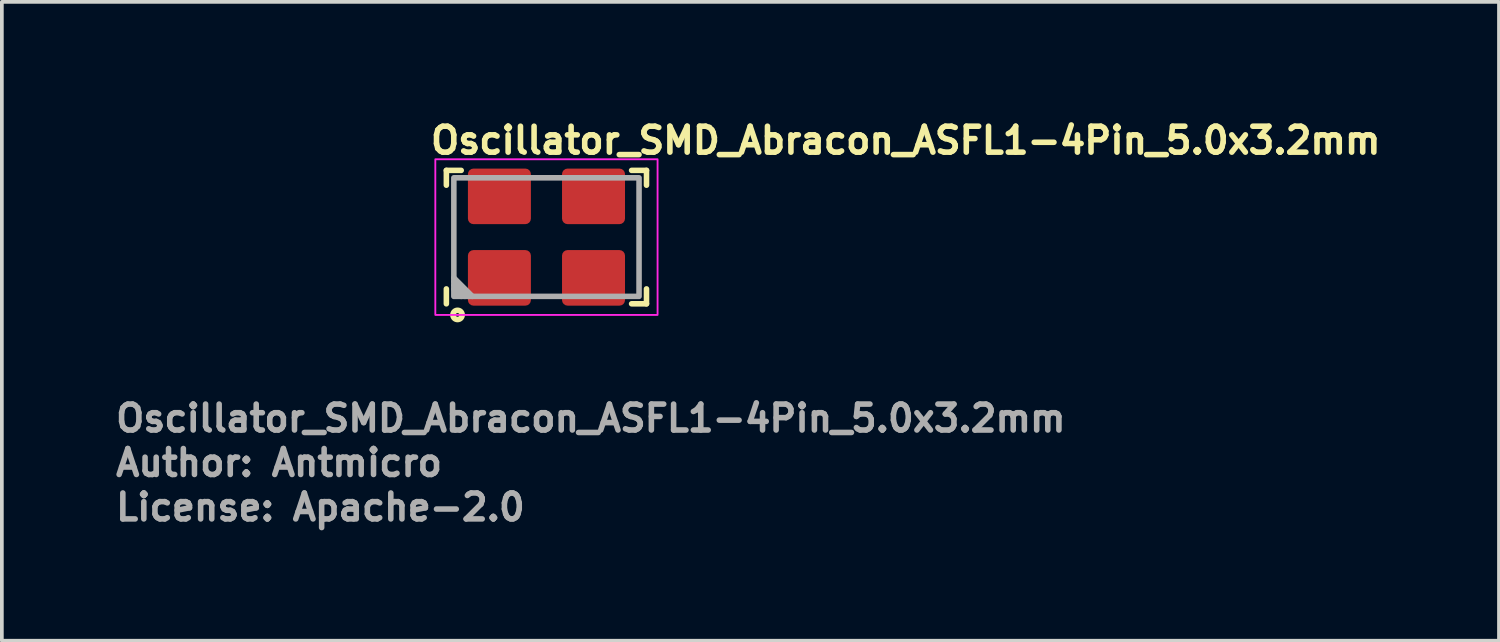
<source format=kicad_pcb>
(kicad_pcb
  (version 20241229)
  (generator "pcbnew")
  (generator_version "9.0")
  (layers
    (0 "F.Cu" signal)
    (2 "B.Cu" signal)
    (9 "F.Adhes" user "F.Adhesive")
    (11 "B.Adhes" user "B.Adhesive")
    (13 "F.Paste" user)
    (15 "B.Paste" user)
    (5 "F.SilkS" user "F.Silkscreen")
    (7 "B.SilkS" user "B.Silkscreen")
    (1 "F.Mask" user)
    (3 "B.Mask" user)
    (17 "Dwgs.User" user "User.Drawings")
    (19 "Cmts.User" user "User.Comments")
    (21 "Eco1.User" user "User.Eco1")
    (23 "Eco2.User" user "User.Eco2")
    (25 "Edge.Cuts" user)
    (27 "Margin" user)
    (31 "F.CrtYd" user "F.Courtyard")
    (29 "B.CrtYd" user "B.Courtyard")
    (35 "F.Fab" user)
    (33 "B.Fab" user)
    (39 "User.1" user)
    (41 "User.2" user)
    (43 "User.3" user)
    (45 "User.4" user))
  (footprint "Oscillator_SMD_Abracon_ASFL1-4Pin_5.0x3.2mm"
    (layer "F.Cu")
    (at 11.7 3.35)
    (property "Reference" "Oscillator_SMD_Abracon_ASFL1-4Pin_5.0x3.2mm" (at -3.2 -2.2 0) (layer "F.SilkS") (effects (font (size 0.7 0.7) (thickness 0.15)) (justify left bottom)))
    (attr smd)
    (fp_line (start -2.702 -1.801) (end -2.301 -1.801) (stroke (width 0.15) (type solid)) (layer "F.SilkS"))
    (fp_line (start -2.702 -1.401) (end -2.702 -1.801) (stroke (width 0.15) (type solid)) (layer "F.SilkS"))
    (fp_line (start -2.702 1.8) (end -2.702 1.398) (stroke (width 0.15) (type solid)) (layer "F.SilkS"))
    (fp_line (start 2.298 -1.801) (end 2.7 -1.801) (stroke (width 0.15) (type solid)) (layer "F.SilkS"))
    (fp_line (start 2.7 -1.801) (end 2.7 -1.401) (stroke (width 0.15) (type solid)) (layer "F.SilkS"))
    (fp_line (start 2.7 1.398) (end 2.7 1.8) (stroke (width 0.15) (type solid)) (layer "F.SilkS"))
    (fp_line (start 2.7 1.8) (end 2.298 1.8) (stroke (width 0.15) (type solid)) (layer "F.SilkS"))
    (fp_circle (center -2.4 2.1) (end -2.35 2.1) (stroke (width 0.15) (type solid)) (fill no) (layer "F.SilkS"))
    (fp_rect (start -3 -2.101) (end 2.999 2.1) (stroke (width 0.05) (type solid)) (fill no) (layer "F.CrtYd"))
    (fp_line (start -2.3 1.6) (end -2.5 1.4) (stroke (width 0.15) (type solid)) (layer "F.Fab"))
    (fp_line (start -2.2 1.6) (end -2.5 1.3) (stroke (width 0.15) (type solid)) (layer "F.Fab"))
    (fp_line (start -2.1 1.6) (end -2.5 1.2) (stroke (width 0.15) (type solid)) (layer "F.Fab"))
    (fp_line (start -2 1.6) (end -2.5 1.1) (stroke (width 0.15) (type solid)) (layer "F.Fab"))
    (fp_rect (start -2.5 -1.601) (end 2.499 1.6) (stroke (width 0.15) (type solid)) (fill no) (layer "F.Fab"))
    (fp_rect (start -2.5 -1.601) (end 2.499 1.6) (stroke (width 0.1) (type solid)) (fill no) (layer "User.5"))
    (fp_line (start -2.5 -1.476) (end -2.5 1.475) (stroke (width 0.02) (type solid)) (layer "User.9"))
    (fp_line (start -2.5 1.475) (end -2.495 1.475) (stroke (width 0.02) (type solid)) (layer "User.9"))
    (fp_line (start -2.495 -1.476) (end -2.5 -1.476) (stroke (width 0.02) (type solid)) (layer "User.9"))
    (fp_line (start -2.495 1.475) (end -2.488 1.475) (stroke (width 0.02) (type solid)) (layer "User.9"))
    (fp_line (start -2.488 -1.476) (end -2.495 -1.476) (stroke (width 0.02) (type solid)) (layer "User.9"))
    (fp_line (start -2.488 1.475) (end -2.483 1.475) (stroke (width 0.02) (type solid)) (layer "User.9"))
    (fp_line (start -2.483 -1.478) (end -2.488 -1.476) (stroke (width 0.02) (type solid)) (layer "User.9"))
    (fp_line (start -2.483 1.475) (end -2.476 1.477) (stroke (width 0.02) (type solid)) (layer "User.9"))
    (fp_line (start -2.476 -1.478) (end -2.483 -1.478) (stroke (width 0.02) (type solid)) (layer "User.9"))
    (fp_line (start -2.476 1.477) (end -2.471 1.477) (stroke (width 0.02) (type solid)) (layer "User.9"))
    (fp_line (start -2.471 -1.48) (end -2.476 -1.478) (stroke (width 0.02) (type solid)) (layer "User.9"))
    (fp_line (start -2.471 1.477) (end -2.464 1.479) (stroke (width 0.02) (type solid)) (layer "User.9"))
    (fp_line (start -2.464 -1.482) (end -2.471 -1.48) (stroke (width 0.02) (type solid)) (layer "User.9"))
    (fp_line (start -2.464 1.479) (end -2.459 1.481) (stroke (width 0.02) (type solid)) (layer "User.9"))
    (fp_line (start -2.459 -1.484) (end -2.464 -1.482) (stroke (width 0.02) (type solid)) (layer "User.9"))
    (fp_line (start -2.459 1.481) (end -2.453 1.483) (stroke (width 0.02) (type solid)) (layer "User.9"))
    (fp_line (start -2.453 -1.486) (end -2.459 -1.484) (stroke (width 0.02) (type solid)) (layer "User.9"))
    (fp_line (start -2.453 1.483) (end -2.448 1.485) (stroke (width 0.02) (type solid)) (layer "User.9"))
    (fp_line (start -2.448 -1.488) (end -2.453 -1.486) (stroke (width 0.02) (type solid)) (layer "User.9"))
    (fp_line (start -2.448 1.485) (end -2.443 1.489) (stroke (width 0.02) (type solid)) (layer "User.9"))
    (fp_line (start -2.443 -1.49) (end -2.448 -1.488) (stroke (width 0.02) (type solid)) (layer "User.9"))
    (fp_line (start -2.443 1.489) (end -2.436 1.491) (stroke (width 0.02) (type solid)) (layer "User.9"))
    (fp_line (start -2.436 -1.494) (end -2.443 -1.49) (stroke (width 0.02) (type solid)) (layer "User.9"))
    (fp_line (start -2.436 1.491) (end -2.431 1.495) (stroke (width 0.02) (type solid)) (layer "User.9"))
    (fp_line (start -2.431 -1.498) (end -2.436 -1.494) (stroke (width 0.02) (type solid)) (layer "User.9"))
    (fp_line (start -2.431 1.495) (end -2.427 1.499) (stroke (width 0.02) (type solid)) (layer "User.9"))
    (fp_line (start -2.427 -1.5) (end -2.431 -1.498) (stroke (width 0.02) (type solid)) (layer "User.9"))
    (fp_line (start -2.427 1.499) (end -2.422 1.503) (stroke (width 0.02) (type solid)) (layer "User.9"))
    (fp_line (start -2.426 -1.408) (end -2.426 -1.403) (stroke (width 0.02) (type solid)) (layer "User.9"))
    (fp_line (start -2.426 -1.403) (end -2.426 -1.395) (stroke (width 0.02) (type solid)) (layer "User.9"))
    (fp_line (start -2.426 -1.395) (end -2.426 1.398) (stroke (width 0.02) (type solid)) (layer "User.9"))
    (fp_line (start -2.426 1.398) (end -2.426 1.406) (stroke (width 0.02) (type solid)) (layer "User.9"))
    (fp_line (start -2.426 1.406) (end -2.426 1.411) (stroke (width 0.02) (type solid)) (layer "User.9"))
    (fp_line (start -2.426 1.411) (end -2.424 1.417) (stroke (width 0.02) (type solid)) (layer "User.9"))
    (fp_line (start -2.424 -1.414) (end -2.426 -1.408) (stroke (width 0.02) (type solid)) (layer "User.9"))
    (fp_line (start -2.424 1.417) (end -2.423 1.423) (stroke (width 0.02) (type solid)) (layer "User.9"))
    (fp_line (start -2.423 -1.426) (end -2.423 -1.42) (stroke (width 0.02) (type solid)) (layer "User.9"))
    (fp_line (start -2.423 -1.42) (end -2.424 -1.414) (stroke (width 0.02) (type solid)) (layer "User.9"))
    (fp_line (start -2.423 1.423) (end -2.423 1.429) (stroke (width 0.02) (type solid)) (layer "User.9"))
    (fp_line (start -2.423 1.429) (end -2.42 1.435) (stroke (width 0.02) (type solid)) (layer "User.9"))
    (fp_line (start -2.422 -1.504) (end -2.427 -1.5) (stroke (width 0.02) (type solid)) (layer "User.9"))
    (fp_line (start -2.422 1.503) (end -2.418 1.507) (stroke (width 0.02) (type solid)) (layer "User.9"))
    (fp_line (start -2.42 -1.432) (end -2.423 -1.426) (stroke (width 0.02) (type solid)) (layer "User.9"))
    (fp_line (start -2.42 1.435) (end -2.419 1.441) (stroke (width 0.02) (type solid)) (layer "User.9"))
    (fp_line (start -2.419 -1.438) (end -2.42 -1.432) (stroke (width 0.02) (type solid)) (layer "User.9"))
    (fp_line (start -2.419 1.441) (end -2.416 1.447) (stroke (width 0.02) (type solid)) (layer "User.9"))
    (fp_line (start -2.418 -1.508) (end -2.422 -1.504) (stroke (width 0.02) (type solid)) (layer "User.9"))
    (fp_line (start -2.418 1.507) (end -2.412 1.511) (stroke (width 0.02) (type solid)) (layer "User.9"))
    (fp_line (start -2.416 -1.444) (end -2.419 -1.438) (stroke (width 0.02) (type solid)) (layer "User.9"))
    (fp_line (start -2.416 1.447) (end -2.415 1.453) (stroke (width 0.02) (type solid)) (layer "User.9"))
    (fp_line (start -2.415 -1.45) (end -2.416 -1.444) (stroke (width 0.02) (type solid)) (layer "User.9"))
    (fp_line (start -2.415 1.453) (end -2.411 1.457) (stroke (width 0.02) (type solid)) (layer "User.9"))
    (fp_line (start -2.412 -1.512) (end -2.418 -1.508) (stroke (width 0.02) (type solid)) (layer "User.9"))
    (fp_line (start -2.412 -1.512) (end -2.412 -1.512) (stroke (width 0.02) (type solid)) (layer "User.9"))
    (fp_line (start -2.412 1.511) (end -2.412 1.511) (stroke (width 0.02) (type solid)) (layer "User.9"))
    (fp_line (start -2.412 1.511) (end -2.408 1.515) (stroke (width 0.02) (type solid)) (layer "User.9"))
    (fp_line (start -2.411 -1.454) (end -2.415 -1.45) (stroke (width 0.02) (type solid)) (layer "User.9"))
    (fp_line (start -2.411 1.457) (end -2.408 1.463) (stroke (width 0.02) (type solid)) (layer "User.9"))
    (fp_line (start -2.408 -1.518) (end -2.412 -1.512) (stroke (width 0.02) (type solid)) (layer "User.9"))
    (fp_line (start -2.408 -1.46) (end -2.411 -1.454) (stroke (width 0.02) (type solid)) (layer "User.9"))
    (fp_line (start -2.408 1.463) (end -2.404 1.469) (stroke (width 0.02) (type solid)) (layer "User.9"))
    (fp_line (start -2.408 1.515) (end -2.404 1.519) (stroke (width 0.02) (type solid)) (layer "User.9"))
    (fp_line (start -2.404 -1.522) (end -2.408 -1.518) (stroke (width 0.02) (type solid)) (layer "User.9"))
    (fp_line (start -2.404 -1.466) (end -2.408 -1.46) (stroke (width 0.02) (type solid)) (layer "User.9"))
    (fp_line (start -2.404 1.469) (end -2.402 1.473) (stroke (width 0.02) (type solid)) (layer "User.9"))
    (fp_line (start -2.404 1.519) (end -2.4 1.525) (stroke (width 0.02) (type solid)) (layer "User.9"))
    (fp_line (start -2.402 -1.47) (end -2.404 -1.466) (stroke (width 0.02) (type solid)) (layer "User.9"))
    (fp_line (start -2.402 1.473) (end -2.398 1.479) (stroke (width 0.02) (type solid)) (layer "User.9"))
    (fp_line (start -2.4 -1.526) (end -2.404 -1.522) (stroke (width 0.02) (type solid)) (layer "User.9"))
    (fp_line (start -2.4 1.525) (end -2.398 1.529) (stroke (width 0.02) (type solid)) (layer "User.9"))
    (fp_line (start -2.398 -1.532) (end -2.4 -1.526) (stroke (width 0.02) (type solid)) (layer "User.9"))
    (fp_line (start -2.398 -1.476) (end -2.402 -1.47) (stroke (width 0.02) (type solid)) (layer "User.9"))
    (fp_line (start -2.398 1.479) (end -2.394 1.483) (stroke (width 0.02) (type solid)) (layer "User.9"))
    (fp_line (start -2.398 1.529) (end -2.394 1.535) (stroke (width 0.02) (type solid)) (layer "User.9"))
    (fp_line (start -2.394 -1.536) (end -2.398 -1.532) (stroke (width 0.02) (type solid)) (layer "User.9"))
    (fp_line (start -2.394 -1.48) (end -2.398 -1.476) (stroke (width 0.02) (type solid)) (layer "User.9"))
    (fp_line (start -2.394 1.483) (end -2.39 1.487) (stroke (width 0.02) (type solid)) (layer "User.9"))
    (fp_line (start -2.394 1.535) (end -2.391 1.54) (stroke (width 0.02) (type solid)) (layer "User.9"))
    (fp_line (start -2.391 -1.543) (end -2.394 -1.536) (stroke (width 0.02) (type solid)) (layer "User.9"))
    (fp_line (start -2.391 1.54) (end -2.387 1.546) (stroke (width 0.02) (type solid)) (layer "User.9"))
    (fp_line (start -2.39 -1.484) (end -2.394 -1.48) (stroke (width 0.02) (type solid)) (layer "User.9"))
    (fp_line (start -2.39 -1.484) (end -2.39 -1.484) (stroke (width 0.02) (type solid)) (layer "User.9"))
    (fp_line (start -2.39 1.487) (end -2.39 1.487) (stroke (width 0.02) (type solid)) (layer "User.9"))
    (fp_line (start -2.39 1.487) (end -2.384 1.491) (stroke (width 0.02) (type solid)) (layer "User.9"))
    (fp_line (start -2.387 -1.547) (end -2.391 -1.543) (stroke (width 0.02) (type solid)) (layer "User.9"))
    (fp_line (start -2.387 1.546) (end -2.386 1.552) (stroke (width 0.02) (type solid)) (layer "User.9"))
    (fp_line (start -2.386 -1.553) (end -2.387 -1.547) (stroke (width 0.02) (type solid)) (layer "User.9"))
    (fp_line (start -2.386 1.552) (end -2.383 1.556) (stroke (width 0.02) (type solid)) (layer "User.9"))
    (fp_line (start -2.384 -1.488) (end -2.39 -1.484) (stroke (width 0.02) (type solid)) (layer "User.9"))
    (fp_line (start -2.384 1.491) (end -2.38 1.495) (stroke (width 0.02) (type solid)) (layer "User.9"))
    (fp_line (start -2.383 -1.559) (end -2.386 -1.553) (stroke (width 0.02) (type solid)) (layer "User.9"))
    (fp_line (start -2.383 1.556) (end -2.382 1.562) (stroke (width 0.02) (type solid)) (layer "User.9"))
    (fp_line (start -2.382 -1.565) (end -2.383 -1.559) (stroke (width 0.02) (type solid)) (layer "User.9"))
    (fp_line (start -2.382 1.562) (end -2.379 1.568) (stroke (width 0.02) (type solid)) (layer "User.9"))
    (fp_line (start -2.38 -1.492) (end -2.384 -1.488) (stroke (width 0.02) (type solid)) (layer "User.9"))
    (fp_line (start -2.38 1.495) (end -2.375 1.499) (stroke (width 0.02) (type solid)) (layer "User.9"))
    (fp_line (start -2.379 -1.577) (end -2.379 -1.571) (stroke (width 0.02) (type solid)) (layer "User.9"))
    (fp_line (start -2.379 -1.571) (end -2.382 -1.565) (stroke (width 0.02) (type solid)) (layer "User.9"))
    (fp_line (start -2.379 1.568) (end -2.379 1.574) (stroke (width 0.02) (type solid)) (layer "User.9"))
    (fp_line (start -2.379 1.574) (end -2.378 1.58) (stroke (width 0.02) (type solid)) (layer "User.9"))
    (fp_line (start -2.378 -1.583) (end -2.379 -1.577) (stroke (width 0.02) (type solid)) (layer "User.9"))
    (fp_line (start -2.378 1.58) (end -2.376 1.586) (stroke (width 0.02) (type solid)) (layer "User.9"))
    (fp_line (start -2.376 -1.595) (end -2.376 -1.589) (stroke (width 0.02) (type solid)) (layer "User.9"))
    (fp_line (start -2.376 -1.589) (end -2.378 -1.583) (stroke (width 0.02) (type solid)) (layer "User.9"))
    (fp_line (start -2.376 1.586) (end -2.376 1.592) (stroke (width 0.02) (type solid)) (layer "User.9"))
    (fp_line (start -2.376 1.592) (end -2.375 1.6) (stroke (width 0.02) (type solid)) (layer "User.9"))
    (fp_line (start -2.375 -1.601) (end -2.376 -1.595) (stroke (width 0.02) (type solid)) (layer "User.9"))
    (fp_line (start -2.375 -1.496) (end -2.38 -1.492) (stroke (width 0.02) (type solid)) (layer "User.9"))
    (fp_line (start -2.375 1.499) (end -2.371 1.503) (stroke (width 0.02) (type solid)) (layer "User.9"))
    (fp_line (start -2.375 1.6) (end -1.401 1.6) (stroke (width 0.02) (type solid)) (layer "User.9"))
    (fp_line (start -2.371 -1.5) (end -2.375 -1.496) (stroke (width 0.02) (type solid)) (layer "User.9"))
    (fp_line (start -2.371 1.503) (end -2.366 1.507) (stroke (width 0.02) (type solid)) (layer "User.9"))
    (fp_line (start -2.366 -1.504) (end -2.371 -1.5) (stroke (width 0.02) (type solid)) (layer "User.9"))
    (fp_line (start -2.366 1.507) (end -2.359 1.509) (stroke (width 0.02) (type solid)) (layer "User.9"))
    (fp_line (start -2.359 -1.506) (end -2.366 -1.504) (stroke (width 0.02) (type solid)) (layer "User.9"))
    (fp_line (start -2.359 1.509) (end -2.355 1.513) (stroke (width 0.02) (type solid)) (layer "User.9"))
    (fp_line (start -2.355 -1.51) (end -2.359 -1.506) (stroke (width 0.02) (type solid)) (layer "User.9"))
    (fp_line (start -2.355 1.513) (end -2.348 1.515) (stroke (width 0.02) (type solid)) (layer "User.9"))
    (fp_line (start -2.351 -1.339) (end -2.351 -1.333) (stroke (width 0.02) (type solid)) (layer "User.9"))
    (fp_line (start -2.351 -1.333) (end -2.351 -1.325) (stroke (width 0.02) (type solid)) (layer "User.9"))
    (fp_line (start -2.351 -1.325) (end -2.351 1.324) (stroke (width 0.02) (type solid)) (layer "User.9"))
    (fp_line (start -2.351 1.324) (end -2.351 1.33) (stroke (width 0.02) (type solid)) (layer "User.9"))
    (fp_line (start -2.351 1.33) (end -2.351 1.336) (stroke (width 0.02) (type solid)) (layer "User.9"))
    (fp_line (start -2.351 1.336) (end -2.35 1.342) (stroke (width 0.02) (type solid)) (layer "User.9"))
    (fp_line (start -2.35 -1.345) (end -2.351 -1.339) (stroke (width 0.02) (type solid)) (layer "User.9"))
    (fp_line (start -2.35 1.342) (end -2.348 1.348) (stroke (width 0.02) (type solid)) (layer "User.9"))
    (fp_line (start -2.348 -1.512) (end -2.355 -1.51) (stroke (width 0.02) (type solid)) (layer "User.9"))
    (fp_line (start -2.348 -1.351) (end -2.35 -1.345) (stroke (width 0.02) (type solid)) (layer "User.9"))
    (fp_line (start -2.348 1.348) (end -2.347 1.354) (stroke (width 0.02) (type solid)) (layer "User.9"))
    (fp_line (start -2.348 1.515) (end -2.343 1.517) (stroke (width 0.02) (type solid)) (layer "User.9"))
    (fp_line (start -2.347 -1.357) (end -2.348 -1.351) (stroke (width 0.02) (type solid)) (layer "User.9"))
    (fp_line (start -2.347 1.354) (end -2.346 1.36) (stroke (width 0.02) (type solid)) (layer "User.9"))
    (fp_line (start -2.346 -1.363) (end -2.347 -1.357) (stroke (width 0.02) (type solid)) (layer "User.9"))
    (fp_line (start -2.346 1.36) (end -2.343 1.366) (stroke (width 0.02) (type solid)) (layer "User.9"))
    (fp_line (start -2.343 -1.514) (end -2.348 -1.512) (stroke (width 0.02) (type solid)) (layer "User.9"))
    (fp_line (start -2.343 -1.369) (end -2.346 -1.363) (stroke (width 0.02) (type solid)) (layer "User.9"))
    (fp_line (start -2.343 1.366) (end -2.342 1.372) (stroke (width 0.02) (type solid)) (layer "User.9"))
    (fp_line (start -2.343 1.517) (end -2.338 1.519) (stroke (width 0.02) (type solid)) (layer "User.9"))
    (fp_line (start -2.342 -1.373) (end -2.343 -1.369) (stroke (width 0.02) (type solid)) (layer "User.9"))
    (fp_line (start -2.342 1.372) (end -2.339 1.378) (stroke (width 0.02) (type solid)) (layer "User.9"))
    (fp_line (start -2.339 -1.379) (end -2.342 -1.373) (stroke (width 0.02) (type solid)) (layer "User.9"))
    (fp_line (start -2.339 1.378) (end -2.336 1.382) (stroke (width 0.02) (type solid)) (layer "User.9"))
    (fp_line (start -2.338 -1.516) (end -2.343 -1.514) (stroke (width 0.02) (type solid)) (layer "User.9"))
    (fp_line (start -2.338 1.519) (end -2.331 1.521) (stroke (width 0.02) (type solid)) (layer "User.9"))
    (fp_line (start -2.336 -1.385) (end -2.339 -1.379) (stroke (width 0.02) (type solid)) (layer "User.9"))
    (fp_line (start -2.336 1.382) (end -2.334 1.388) (stroke (width 0.02) (type solid)) (layer "User.9"))
    (fp_line (start -2.334 -1.391) (end -2.336 -1.385) (stroke (width 0.02) (type solid)) (layer "User.9"))
    (fp_line (start -2.334 1.388) (end -2.33 1.394) (stroke (width 0.02) (type solid)) (layer "User.9"))
    (fp_line (start -2.331 -1.518) (end -2.338 -1.516) (stroke (width 0.02) (type solid)) (layer "User.9"))
    (fp_line (start -2.331 1.521) (end -2.326 1.521) (stroke (width 0.02) (type solid)) (layer "User.9"))
    (fp_line (start -2.33 -1.395) (end -2.334 -1.391) (stroke (width 0.02) (type solid)) (layer "User.9"))
    (fp_line (start -2.33 1.394) (end -2.327 1.398) (stroke (width 0.02) (type solid)) (layer "User.9"))
    (fp_line (start -2.327 -1.401) (end -2.33 -1.395) (stroke (width 0.02) (type solid)) (layer "User.9"))
    (fp_line (start -2.327 1.398) (end -2.323 1.404) (stroke (width 0.02) (type solid)) (layer "User.9"))
    (fp_line (start -2.326 -1.518) (end -2.331 -1.518) (stroke (width 0.02) (type solid)) (layer "User.9"))
    (fp_line (start -2.326 1.521) (end -2.319 1.523) (stroke (width 0.02) (type solid)) (layer "User.9"))
    (fp_line (start -2.323 -1.405) (end -2.327 -1.401) (stroke (width 0.02) (type solid)) (layer "User.9"))
    (fp_line (start -2.323 1.404) (end -2.319 1.407) (stroke (width 0.02) (type solid)) (layer "User.9"))
    (fp_line (start -2.319 -1.52) (end -2.326 -1.518) (stroke (width 0.02) (type solid)) (layer "User.9"))
    (fp_line (start -2.319 -1.41) (end -2.323 -1.405) (stroke (width 0.02) (type solid)) (layer "User.9"))
    (fp_line (start -2.319 1.407) (end -2.315 1.413) (stroke (width 0.02) (type solid)) (layer "User.9"))
    (fp_line (start -2.319 1.523) (end -2.314 1.523) (stroke (width 0.02) (type solid)) (layer "User.9"))
    (fp_line (start -2.315 -1.414) (end -2.319 -1.41) (stroke (width 0.02) (type solid)) (layer "User.9"))
    (fp_line (start -2.315 -1.414) (end -2.315 -1.414) (stroke (width 0.02) (type solid)) (layer "User.9"))
    (fp_line (start -2.315 1.413) (end -2.315 1.413) (stroke (width 0.02) (type solid)) (layer "User.9"))
    (fp_line (start -2.315 1.413) (end -2.31 1.417) (stroke (width 0.02) (type solid)) (layer "User.9"))
    (fp_line (start -2.314 -1.52) (end -2.319 -1.52) (stroke (width 0.02) (type solid)) (layer "User.9"))
    (fp_line (start -2.314 1.523) (end -2.307 1.523) (stroke (width 0.02) (type solid)) (layer "User.9"))
    (fp_line (start -2.31 -1.418) (end -2.315 -1.414) (stroke (width 0.02) (type solid)) (layer "User.9"))
    (fp_line (start -2.31 1.417) (end -2.306 1.421) (stroke (width 0.02) (type solid)) (layer "User.9"))
    (fp_line (start -2.307 -1.52) (end -2.314 -1.52) (stroke (width 0.02) (type solid)) (layer "User.9"))
    (fp_line (start -2.307 1.523) (end -2.301 1.523) (stroke (width 0.02) (type solid)) (layer "User.9"))
    (fp_line (start -2.306 -1.422) (end -2.31 -1.418) (stroke (width 0.02) (type solid)) (layer "User.9"))
    (fp_line (start -2.306 1.421) (end -2.301 1.425) (stroke (width 0.02) (type solid)) (layer "User.9"))
    (fp_line (start -2.301 -1.52) (end -2.307 -1.52) (stroke (width 0.02) (type solid)) (layer "User.9"))
    (fp_line (start -2.301 -1.426) (end -2.306 -1.422) (stroke (width 0.02) (type solid)) (layer "User.9"))
    (fp_line (start -2.301 1.425) (end -2.295 1.427) (stroke (width 0.02) (type solid)) (layer "User.9"))
    (fp_line (start -2.301 1.523) (end -1.381 1.523) (stroke (width 0.02) (type solid)) (layer "User.9"))
    (fp_line (start -2.295 -1.43) (end -2.301 -1.426) (stroke (width 0.02) (type solid)) (layer "User.9"))
    (fp_line (start -2.295 1.427) (end -2.29 1.431) (stroke (width 0.02) (type solid)) (layer "User.9"))
    (fp_line (start -2.29 -1.434) (end -2.295 -1.43) (stroke (width 0.02) (type solid)) (layer "User.9"))
    (fp_line (start -2.29 1.431) (end -2.285 1.435) (stroke (width 0.02) (type solid)) (layer "User.9"))
    (fp_line (start -2.285 -1.436) (end -2.29 -1.434) (stroke (width 0.02) (type solid)) (layer "User.9"))
    (fp_line (start -2.285 1.435) (end -2.279 1.437) (stroke (width 0.02) (type solid)) (layer "User.9"))
    (fp_line (start -2.279 -1.44) (end -2.285 -1.436) (stroke (width 0.02) (type solid)) (layer "User.9"))
    (fp_line (start -2.279 1.437) (end -2.274 1.439) (stroke (width 0.02) (type solid)) (layer "User.9"))
    (fp_line (start -2.274 -1.442) (end -2.279 -1.44) (stroke (width 0.02) (type solid)) (layer "User.9"))
    (fp_line (start -2.274 1.439) (end -2.269 1.441) (stroke (width 0.02) (type solid)) (layer "User.9"))
    (fp_line (start -2.269 -1.444) (end -2.274 -1.442) (stroke (width 0.02) (type solid)) (layer "User.9"))
    (fp_line (start -2.269 1.441) (end -2.262 1.443) (stroke (width 0.02) (type solid)) (layer "User.9"))
    (fp_line (start -2.262 -1.446) (end -2.269 -1.444) (stroke (width 0.02) (type solid)) (layer "User.9"))
    (fp_line (start -2.262 1.443) (end -2.257 1.445) (stroke (width 0.02) (type solid)) (layer "User.9"))
    (fp_line (start -2.257 -1.448) (end -2.262 -1.446) (stroke (width 0.02) (type solid)) (layer "User.9"))
    (fp_line (start -2.257 1.445) (end -2.25 1.447) (stroke (width 0.02) (type solid)) (layer "User.9"))
    (fp_line (start -2.25 -1.448) (end -2.257 -1.448) (stroke (width 0.02) (type solid)) (layer "User.9"))
    (fp_line (start -2.25 1.447) (end -2.245 1.447) (stroke (width 0.02) (type solid)) (layer "User.9"))
    (fp_line (start -2.245 -1.45) (end -2.25 -1.448) (stroke (width 0.02) (type solid)) (layer "User.9"))
    (fp_line (start -2.245 1.447) (end -2.238 1.449) (stroke (width 0.02) (type solid)) (layer "User.9"))
    (fp_line (start -2.238 -1.45) (end -2.245 -1.45) (stroke (width 0.02) (type solid)) (layer "User.9"))
    (fp_line (start -2.238 1.449) (end -2.233 1.449) (stroke (width 0.02) (type solid)) (layer "User.9"))
    (fp_line (start -2.233 -1.45) (end -2.238 -1.45) (stroke (width 0.02) (type solid)) (layer "User.9"))
    (fp_line (start -2.233 1.449) (end -2.226 1.449) (stroke (width 0.02) (type solid)) (layer "User.9"))
    (fp_line (start -2.226 -1.45) (end -2.233 -1.45) (stroke (width 0.02) (type solid)) (layer "User.9"))
    (fp_line (start -2.226 1.449) (end 2.225 1.449) (stroke (width 0.02) (type solid)) (layer "User.9"))
    (fp_line (start -1.43 0.343) (end -1.053 -0.452) (stroke (width 0.02) (type solid)) (layer "User.9"))
    (fp_line (start -1.401 -1.601) (end -2.375 -1.601) (stroke (width 0.02) (type solid)) (layer "User.9"))
    (fp_line (start -1.401 -1.601) (end -1.401 -1.595) (stroke (width 0.02) (type solid)) (layer "User.9"))
    (fp_line (start -1.401 -1.595) (end -1.401 -1.591) (stroke (width 0.02) (type solid)) (layer "User.9"))
    (fp_line (start -1.401 -1.591) (end -1.401 -1.585) (stroke (width 0.02) (type solid)) (layer "User.9"))
    (fp_line (start -1.401 -1.585) (end -1.399 -1.579) (stroke (width 0.02) (type solid)) (layer "User.9"))
    (fp_line (start -1.401 1.584) (end -1.401 1.59) (stroke (width 0.02) (type solid)) (layer "User.9"))
    (fp_line (start -1.401 1.59) (end -1.401 1.594) (stroke (width 0.02) (type solid)) (layer "User.9"))
    (fp_line (start -1.401 1.594) (end -1.401 1.6) (stroke (width 0.02) (type solid)) (layer "User.9"))
    (fp_line (start -1.399 -1.579) (end -1.399 -1.575) (stroke (width 0.02) (type solid)) (layer "User.9"))
    (fp_line (start -1.399 -1.575) (end -1.397 -1.569) (stroke (width 0.02) (type solid)) (layer "User.9"))
    (fp_line (start -1.399 1.57) (end -1.399 1.574) (stroke (width 0.02) (type solid)) (layer "User.9"))
    (fp_line (start -1.399 1.574) (end -1.399 1.58) (stroke (width 0.02) (type solid)) (layer "User.9"))
    (fp_line (start -1.399 1.58) (end -1.401 1.584) (stroke (width 0.02) (type solid)) (layer "User.9"))
    (fp_line (start -1.397 -1.569) (end -1.397 -1.565) (stroke (width 0.02) (type solid)) (layer "User.9"))
    (fp_line (start -1.397 -1.565) (end -1.395 -1.559) (stroke (width 0.02) (type solid)) (layer "User.9"))
    (fp_line (start -1.397 1.564) (end -1.399 1.57) (stroke (width 0.02) (type solid)) (layer "User.9"))
    (fp_line (start -1.395 -1.559) (end -1.393 -1.555) (stroke (width 0.02) (type solid)) (layer "User.9"))
    (fp_line (start -1.395 1.556) (end -1.395 1.56) (stroke (width 0.02) (type solid)) (layer "User.9"))
    (fp_line (start -1.395 1.56) (end -1.397 1.564) (stroke (width 0.02) (type solid)) (layer "User.9"))
    (fp_line (start -1.393 -1.555) (end -1.391 -1.549) (stroke (width 0.02) (type solid)) (layer "User.9"))
    (fp_line (start -1.393 1.55) (end -1.395 1.556) (stroke (width 0.02) (type solid)) (layer "User.9"))
    (fp_line (start -1.391 -1.549) (end -1.389 -1.545) (stroke (width 0.02) (type solid)) (layer "User.9"))
    (fp_line (start -1.391 1.546) (end -1.393 1.55) (stroke (width 0.02) (type solid)) (layer "User.9"))
    (fp_line (start -1.389 -1.545) (end -1.387 -1.539) (stroke (width 0.02) (type solid)) (layer "User.9"))
    (fp_line (start -1.389 1.542) (end -1.391 1.546) (stroke (width 0.02) (type solid)) (layer "User.9"))
    (fp_line (start -1.387 -1.539) (end -1.385 -1.534) (stroke (width 0.02) (type solid)) (layer "User.9"))
    (fp_line (start -1.387 1.538) (end -1.389 1.542) (stroke (width 0.02) (type solid)) (layer "User.9"))
    (fp_line (start -1.385 -1.534) (end -1.383 -1.53) (stroke (width 0.02) (type solid)) (layer "User.9"))
    (fp_line (start -1.385 1.533) (end -1.387 1.538) (stroke (width 0.02) (type solid)) (layer "User.9"))
    (fp_line (start -1.383 -1.53) (end -1.381 -1.526) (stroke (width 0.02) (type solid)) (layer "User.9"))
    (fp_line (start -1.383 1.529) (end -1.385 1.533) (stroke (width 0.02) (type solid)) (layer "User.9"))
    (fp_line (start -1.381 -1.526) (end -1.377 -1.52) (stroke (width 0.02) (type solid)) (layer "User.9"))
    (fp_line (start -1.381 1.523) (end -1.383 1.529) (stroke (width 0.02) (type solid)) (layer "User.9"))
    (fp_line (start -1.377 -1.52) (end -2.301 -1.52) (stroke (width 0.02) (type solid)) (layer "User.9"))
    (fp_line (start -1.377 -1.52) (end -1.375 -1.516) (stroke (width 0.02) (type solid)) (layer "User.9"))
    (fp_line (start -1.375 -1.516) (end -1.373 -1.514) (stroke (width 0.02) (type solid)) (layer "User.9"))
    (fp_line (start -1.375 1.515) (end -1.381 1.523) (stroke (width 0.02) (type solid)) (layer "User.9"))
    (fp_line (start -1.373 -1.514) (end -1.369 -1.51) (stroke (width 0.02) (type solid)) (layer "User.9"))
    (fp_line (start -1.369 -1.51) (end -1.367 -1.506) (stroke (width 0.02) (type solid)) (layer "User.9"))
    (fp_line (start -1.369 1.507) (end -1.375 1.515) (stroke (width 0.02) (type solid)) (layer "User.9"))
    (fp_line (start -1.367 -1.506) (end -1.361 -1.498) (stroke (width 0.02) (type solid)) (layer "User.9"))
    (fp_line (start -1.363 1.499) (end -1.369 1.507) (stroke (width 0.02) (type solid)) (layer "User.9"))
    (fp_line (start -1.361 -1.498) (end -1.353 -1.492) (stroke (width 0.02) (type solid)) (layer "User.9"))
    (fp_line (start -1.357 1.493) (end -1.363 1.499) (stroke (width 0.02) (type solid)) (layer "User.9"))
    (fp_line (start -1.353 -1.492) (end -1.347 -1.486) (stroke (width 0.02) (type solid)) (layer "User.9"))
    (fp_line (start -1.351 0.343) (end -1.43 0.343) (stroke (width 0.02) (type solid)) (layer "User.9"))
    (fp_line (start -1.349 1.487) (end -1.357 1.493) (stroke (width 0.02) (type solid)) (layer "User.9"))
    (fp_line (start -1.347 -1.486) (end -1.339 -1.48) (stroke (width 0.02) (type solid)) (layer "User.9"))
    (fp_line (start -1.343 1.479) (end -1.349 1.487) (stroke (width 0.02) (type solid)) (layer "User.9"))
    (fp_line (start -1.339 -1.48) (end -1.331 -1.474) (stroke (width 0.02) (type solid)) (layer "User.9"))
    (fp_line (start -1.335 1.475) (end -1.343 1.479) (stroke (width 0.02) (type solid)) (layer "User.9"))
    (fp_line (start -1.331 -1.474) (end -1.323 -1.47) (stroke (width 0.02) (type solid)) (layer "User.9"))
    (fp_line (start -1.325 1.469) (end -1.335 1.475) (stroke (width 0.02) (type solid)) (layer "User.9"))
    (fp_line (start -1.323 -1.47) (end -1.315 -1.466) (stroke (width 0.02) (type solid)) (layer "User.9"))
    (fp_line (start -1.317 1.465) (end -1.325 1.469) (stroke (width 0.02) (type solid)) (layer "User.9"))
    (fp_line (start -1.315 -1.466) (end -1.307 -1.462) (stroke (width 0.02) (type solid)) (layer "User.9"))
    (fp_line (start -1.309 1.461) (end -1.317 1.465) (stroke (width 0.02) (type solid)) (layer "User.9"))
    (fp_line (start -1.307 -1.462) (end -1.297 -1.458) (stroke (width 0.02) (type solid)) (layer "User.9"))
    (fp_line (start -1.299 1.457) (end -1.309 1.461) (stroke (width 0.02) (type solid)) (layer "User.9"))
    (fp_line (start -1.297 -1.458) (end -1.289 -1.456) (stroke (width 0.02) (type solid)) (layer "User.9"))
    (fp_line (start -1.291 1.455) (end -1.299 1.457) (stroke (width 0.02) (type solid)) (layer "User.9"))
    (fp_line (start -1.289 -1.456) (end -1.28 -1.454) (stroke (width 0.02) (type solid)) (layer "User.9"))
    (fp_line (start -1.28 -1.454) (end -1.27 -1.452) (stroke (width 0.02) (type solid)) (layer "User.9"))
    (fp_line (start -1.28 1.451) (end -1.291 1.455) (stroke (width 0.02) (type solid)) (layer "User.9"))
    (fp_line (start -1.27 -1.452) (end -1.266 -1.452) (stroke (width 0.02) (type solid)) (layer "User.9"))
    (fp_line (start -1.27 1.451) (end -1.28 1.451) (stroke (width 0.02) (type solid)) (layer "User.9"))
    (fp_line (start -1.266 -1.452) (end -1.26 -1.452) (stroke (width 0.02) (type solid)) (layer "User.9"))
    (fp_line (start -1.26 -1.452) (end -1.256 -1.452) (stroke (width 0.02) (type solid)) (layer "User.9"))
    (fp_line (start -1.26 1.449) (end -1.27 1.451) (stroke (width 0.02) (type solid)) (layer "User.9"))
    (fp_line (start -1.256 -1.452) (end -1.25 -1.45) (stroke (width 0.02) (type solid)) (layer "User.9"))
    (fp_line (start -1.25 -1.45) (end -1.242 -1.452) (stroke (width 0.02) (type solid)) (layer "User.9"))
    (fp_line (start -1.25 1.449) (end -1.26 1.449) (stroke (width 0.02) (type solid)) (layer "User.9"))
    (fp_line (start -1.246 1.449) (end -1.25 1.449) (stroke (width 0.02) (type solid)) (layer "User.9"))
    (fp_line (start -1.242 -1.452) (end -1.232 -1.452) (stroke (width 0.02) (type solid)) (layer "User.9"))
    (fp_line (start -1.242 1.449) (end -1.246 1.449) (stroke (width 0.02) (type solid)) (layer "User.9"))
    (fp_line (start -1.236 1.449) (end -1.242 1.449) (stroke (width 0.02) (type solid)) (layer "User.9"))
    (fp_line (start -1.232 -1.452) (end -1.222 -1.454) (stroke (width 0.02) (type solid)) (layer "User.9"))
    (fp_line (start -1.232 0.088) (end -1.351 0.343) (stroke (width 0.02) (type solid)) (layer "User.9"))
    (fp_line (start -1.232 1.451) (end -1.236 1.449) (stroke (width 0.02) (type solid)) (layer "User.9"))
    (fp_line (start -1.226 1.451) (end -1.232 1.451) (stroke (width 0.02) (type solid)) (layer "User.9"))
    (fp_line (start -1.222 -1.454) (end -1.214 -1.456) (stroke (width 0.02) (type solid)) (layer "User.9"))
    (fp_line (start -1.222 1.451) (end -1.226 1.451) (stroke (width 0.02) (type solid)) (layer "User.9"))
    (fp_line (start -1.216 1.453) (end -1.222 1.451) (stroke (width 0.02) (type solid)) (layer "User.9"))
    (fp_line (start -1.214 -1.456) (end -1.204 -1.458) (stroke (width 0.02) (type solid)) (layer "User.9"))
    (fp_line (start -1.212 1.455) (end -1.216 1.453) (stroke (width 0.02) (type solid)) (layer "User.9"))
    (fp_line (start -1.208 1.455) (end -1.212 1.455) (stroke (width 0.02) (type solid)) (layer "User.9"))
    (fp_line (start -1.204 -1.458) (end -1.196 -1.462) (stroke (width 0.02) (type solid)) (layer "User.9"))
    (fp_line (start -1.202 1.457) (end -1.208 1.455) (stroke (width 0.02) (type solid)) (layer "User.9"))
    (fp_line (start -1.198 1.459) (end -1.202 1.457) (stroke (width 0.02) (type solid)) (layer "User.9"))
    (fp_line (start -1.196 -1.462) (end -1.186 -1.466) (stroke (width 0.02) (type solid)) (layer "User.9"))
    (fp_line (start -1.194 1.461) (end -1.198 1.459) (stroke (width 0.02) (type solid)) (layer "User.9"))
    (fp_line (start -1.192 0.007) (end -0.909 0.007) (stroke (width 0.02) (type solid)) (layer "User.9"))
    (fp_line (start -1.188 1.463) (end -1.194 1.461) (stroke (width 0.02) (type solid)) (layer "User.9"))
    (fp_line (start -1.186 -1.466) (end -1.178 -1.47) (stroke (width 0.02) (type solid)) (layer "User.9"))
    (fp_line (start -1.184 1.465) (end -1.188 1.463) (stroke (width 0.02) (type solid)) (layer "User.9"))
    (fp_line (start -1.18 1.467) (end -1.184 1.465) (stroke (width 0.02) (type solid)) (layer "User.9"))
    (fp_line (start -1.178 -1.47) (end -1.17 -1.474) (stroke (width 0.02) (type solid)) (layer "User.9"))
    (fp_line (start -1.176 1.469) (end -1.18 1.467) (stroke (width 0.02) (type solid)) (layer "User.9"))
    (fp_line (start -1.172 1.471) (end -1.176 1.469) (stroke (width 0.02) (type solid)) (layer "User.9"))
    (fp_line (start -1.17 -1.474) (end -1.162 -1.48) (stroke (width 0.02) (type solid)) (layer "User.9"))
    (fp_line (start -1.168 1.475) (end -1.172 1.471) (stroke (width 0.02) (type solid)) (layer "User.9"))
    (fp_line (start -1.164 1.477) (end -1.168 1.475) (stroke (width 0.02) (type solid)) (layer "User.9"))
    (fp_line (start -1.162 -1.48) (end -1.156 -1.486) (stroke (width 0.02) (type solid)) (layer "User.9"))
    (fp_line (start -1.16 1.479) (end -1.164 1.477) (stroke (width 0.02) (type solid)) (layer "User.9"))
    (fp_line (start -1.156 -1.486) (end -1.149 -1.492) (stroke (width 0.02) (type solid)) (layer "User.9"))
    (fp_line (start -1.156 1.483) (end -1.16 1.479) (stroke (width 0.02) (type solid)) (layer "User.9"))
    (fp_line (start -1.153 1.487) (end -1.156 1.483) (stroke (width 0.02) (type solid)) (layer "User.9"))
    (fp_line (start -1.149 -1.492) (end -1.141 -1.498) (stroke (width 0.02) (type solid)) (layer "User.9"))
    (fp_line (start -1.149 1.489) (end -1.153 1.487) (stroke (width 0.02) (type solid)) (layer "User.9"))
    (fp_line (start -1.145 1.493) (end -1.149 1.489) (stroke (width 0.02) (type solid)) (layer "User.9"))
    (fp_line (start -1.141 -1.498) (end -1.135 -1.506) (stroke (width 0.02) (type solid)) (layer "User.9"))
    (fp_line (start -1.141 1.497) (end -1.145 1.493) (stroke (width 0.02) (type solid)) (layer "User.9"))
    (fp_line (start -1.139 1.499) (end -1.141 1.497) (stroke (width 0.02) (type solid)) (layer "User.9"))
    (fp_line (start -1.135 -1.506) (end -1.129 -1.514) (stroke (width 0.02) (type solid)) (layer "User.9"))
    (fp_line (start -1.135 1.503) (end -1.139 1.499) (stroke (width 0.02) (type solid)) (layer "User.9"))
    (fp_line (start -1.133 1.507) (end -1.135 1.503) (stroke (width 0.02) (type solid)) (layer "User.9"))
    (fp_line (start -1.129 -1.514) (end -1.125 -1.52) (stroke (width 0.02) (type solid)) (layer "User.9"))
    (fp_line (start -1.129 1.511) (end -1.133 1.507) (stroke (width 0.02) (type solid)) (layer "User.9"))
    (fp_line (start -1.127 1.515) (end -1.129 1.511) (stroke (width 0.02) (type solid)) (layer "User.9"))
    (fp_line (start -1.125 -1.52) (end -1.121 -1.526) (stroke (width 0.02) (type solid)) (layer "User.9"))
    (fp_line (start -1.123 1.519) (end -1.127 1.515) (stroke (width 0.02) (type solid)) (layer "User.9"))
    (fp_line (start -1.121 -1.526) (end -1.119 -1.53) (stroke (width 0.02) (type solid)) (layer "User.9"))
    (fp_line (start -1.121 1.523) (end -1.123 1.519) (stroke (width 0.02) (type solid)) (layer "User.9"))
    (fp_line (start -1.121 1.523) (end 1.12 1.523) (stroke (width 0.02) (type solid)) (layer "User.9"))
    (fp_line (start -1.119 -1.53) (end -1.117 -1.534) (stroke (width 0.02) (type solid)) (layer "User.9"))
    (fp_line (start -1.119 1.529) (end -1.121 1.525) (stroke (width 0.02) (type solid)) (layer "User.9"))
    (fp_line (start -1.117 -1.534) (end -1.115 -1.539) (stroke (width 0.02) (type solid)) (layer "User.9"))
    (fp_line (start -1.117 1.533) (end -1.119 1.529) (stroke (width 0.02) (type solid)) (layer "User.9"))
    (fp_line (start -1.115 -1.539) (end -1.113 -1.545) (stroke (width 0.02) (type solid)) (layer "User.9"))
    (fp_line (start -1.115 1.538) (end -1.117 1.533) (stroke (width 0.02) (type solid)) (layer "User.9"))
    (fp_line (start -1.113 -1.545) (end -1.111 -1.549) (stroke (width 0.02) (type solid)) (layer "User.9"))
    (fp_line (start -1.113 1.542) (end -1.115 1.538) (stroke (width 0.02) (type solid)) (layer "User.9"))
    (fp_line (start -1.111 -1.549) (end -1.109 -1.555) (stroke (width 0.02) (type solid)) (layer "User.9"))
    (fp_line (start -1.111 1.546) (end -1.113 1.542) (stroke (width 0.02) (type solid)) (layer "User.9"))
    (fp_line (start -1.109 -1.555) (end -1.107 -1.559) (stroke (width 0.02) (type solid)) (layer "User.9"))
    (fp_line (start -1.109 1.55) (end -1.111 1.546) (stroke (width 0.02) (type solid)) (layer "User.9"))
    (fp_line (start -1.107 -1.559) (end -1.105 -1.565) (stroke (width 0.02) (type solid)) (layer "User.9"))
    (fp_line (start -1.107 1.556) (end -1.109 1.55) (stroke (width 0.02) (type solid)) (layer "User.9"))
    (fp_line (start -1.107 1.56) (end -1.107 1.556) (stroke (width 0.02) (type solid)) (layer "User.9"))
    (fp_line (start -1.105 -1.569) (end -1.103 -1.575) (stroke (width 0.02) (type solid)) (layer "User.9"))
    (fp_line (start -1.105 -1.565) (end -1.105 -1.569) (stroke (width 0.02) (type solid)) (layer "User.9"))
    (fp_line (start -1.105 1.564) (end -1.107 1.56) (stroke (width 0.02) (type solid)) (layer "User.9"))
    (fp_line (start -1.103 -1.579) (end -1.101 -1.585) (stroke (width 0.02) (type solid)) (layer "User.9"))
    (fp_line (start -1.103 -1.575) (end -1.103 -1.579) (stroke (width 0.02) (type solid)) (layer "User.9"))
    (fp_line (start -1.103 1.57) (end -1.105 1.564) (stroke (width 0.02) (type solid)) (layer "User.9"))
    (fp_line (start -1.103 1.574) (end -1.103 1.57) (stroke (width 0.02) (type solid)) (layer "User.9"))
    (fp_line (start -1.103 1.58) (end -1.103 1.574) (stroke (width 0.02) (type solid)) (layer "User.9"))
    (fp_line (start -1.101 -1.595) (end -1.101 -1.601) (stroke (width 0.02) (type solid)) (layer "User.9"))
    (fp_line (start -1.101 -1.591) (end -1.101 -1.595) (stroke (width 0.02) (type solid)) (layer "User.9"))
    (fp_line (start -1.101 -1.585) (end -1.101 -1.591) (stroke (width 0.02) (type solid)) (layer "User.9"))
    (fp_line (start -1.101 1.584) (end -1.103 1.58) (stroke (width 0.02) (type solid)) (layer "User.9"))
    (fp_line (start -1.101 1.59) (end -1.101 1.584) (stroke (width 0.02) (type solid)) (layer "User.9"))
    (fp_line (start -1.101 1.594) (end -1.101 1.59) (stroke (width 0.02) (type solid)) (layer "User.9"))
    (fp_line (start -1.101 1.6) (end -1.101 1.594) (stroke (width 0.02) (type solid)) (layer "User.9"))
    (fp_line (start -1.101 1.6) (end 1.1 1.6) (stroke (width 0.02) (type solid)) (layer "User.9"))
    (fp_line (start -1.053 -0.452) (end -1.043 -0.452) (stroke (width 0.02) (type solid)) (layer "User.9"))
    (fp_line (start -1.049 -0.296) (end -1.192 0.007) (stroke (width 0.02) (type solid)) (layer "User.9"))
    (fp_line (start -1.043 -0.452) (end -0.677 0.343) (stroke (width 0.02) (type solid)) (layer "User.9"))
    (fp_line (start -0.909 0.007) (end -1.049 -0.296) (stroke (width 0.02) (type solid)) (layer "User.9"))
    (fp_line (start -0.871 0.088) (end -1.232 0.088) (stroke (width 0.02) (type solid)) (layer "User.9"))
    (fp_line (start -0.754 0.343) (end -0.871 0.088) (stroke (width 0.02) (type solid)) (layer "User.9"))
    (fp_line (start -0.677 0.343) (end -0.754 0.343) (stroke (width 0.02) (type solid)) (layer "User.9"))
    (fp_line (start -0.615 0.189) (end -0.549 0.149) (stroke (width 0.02) (type solid)) (layer "User.9"))
    (fp_line (start -0.611 0.199) (end -0.615 0.189) (stroke (width 0.02) (type solid)) (layer "User.9"))
    (fp_line (start -0.606 0.207) (end -0.611 0.199) (stroke (width 0.02) (type solid)) (layer "User.9"))
    (fp_line (start -0.601 0.215) (end -0.606 0.207) (stroke (width 0.02) (type solid)) (layer "User.9"))
    (fp_line (start -0.596 0.224) (end -0.601 0.215) (stroke (width 0.02) (type solid)) (layer "User.9"))
    (fp_line (start -0.591 0.232) (end -0.596 0.224) (stroke (width 0.02) (type solid)) (layer "User.9"))
    (fp_line (start -0.585 0.239) (end -0.591 0.232) (stroke (width 0.02) (type solid)) (layer "User.9"))
    (fp_line (start -0.58 0.247) (end -0.585 0.239) (stroke (width 0.02) (type solid)) (layer "User.9"))
    (fp_line (start -0.575 0.256) (end -0.58 0.247) (stroke (width 0.02) (type solid)) (layer "User.9"))
    (fp_line (start -0.569 0.264) (end -0.575 0.256) (stroke (width 0.02) (type solid)) (layer "User.9"))
    (fp_line (start -0.565 -0.295) (end -0.564 -0.305) (stroke (width 0.02) (type solid)) (layer "User.9"))
    (fp_line (start -0.565 -0.287) (end -0.565 -0.295) (stroke (width 0.02) (type solid)) (layer "User.9"))
    (fp_line (start -0.565 -0.278) (end -0.565 -0.287) (stroke (width 0.02) (type solid)) (layer "User.9"))
    (fp_line (start -0.564 -0.305) (end -0.563 -0.314) (stroke (width 0.02) (type solid)) (layer "User.9"))
    (fp_line (start -0.564 -0.27) (end -0.565 -0.278) (stroke (width 0.02) (type solid)) (layer "User.9"))
    (fp_line (start -0.563 -0.314) (end -0.562 -0.324) (stroke (width 0.02) (type solid)) (layer "User.9"))
    (fp_line (start -0.563 -0.262) (end -0.564 -0.27) (stroke (width 0.02) (type solid)) (layer "User.9"))
    (fp_line (start -0.563 0.271) (end -0.569 0.264) (stroke (width 0.02) (type solid)) (layer "User.9"))
    (fp_line (start -0.562 -0.324) (end -0.56 -0.333) (stroke (width 0.02) (type solid)) (layer "User.9"))
    (fp_line (start -0.562 -0.253) (end -0.563 -0.262) (stroke (width 0.02) (type solid)) (layer "User.9"))
    (fp_line (start -0.56 -0.333) (end -0.557 -0.342) (stroke (width 0.02) (type solid)) (layer "User.9"))
    (fp_line (start -0.56 -0.245) (end -0.562 -0.253) (stroke (width 0.02) (type solid)) (layer "User.9"))
    (fp_line (start -0.558 -0.238) (end -0.56 -0.245) (stroke (width 0.02) (type solid)) (layer "User.9"))
    (fp_line (start -0.557 -0.342) (end -0.554 -0.35) (stroke (width 0.02) (type solid)) (layer "User.9"))
    (fp_line (start -0.556 -0.23) (end -0.558 -0.238) (stroke (width 0.02) (type solid)) (layer "User.9"))
    (fp_line (start -0.556 0.278) (end -0.563 0.271) (stroke (width 0.02) (type solid)) (layer "User.9"))
    (fp_line (start -0.554 -0.35) (end -0.551 -0.358) (stroke (width 0.02) (type solid)) (layer "User.9"))
    (fp_line (start -0.553 -0.222) (end -0.556 -0.23) (stroke (width 0.02) (type solid)) (layer "User.9"))
    (fp_line (start -0.551 -0.358) (end -0.547 -0.366) (stroke (width 0.02) (type solid)) (layer "User.9"))
    (fp_line (start -0.551 -0.214) (end -0.553 -0.222) (stroke (width 0.02) (type solid)) (layer "User.9"))
    (fp_line (start -0.55 0.285) (end -0.556 0.278) (stroke (width 0.02) (type solid)) (layer "User.9"))
    (fp_line (start -0.549 0.149) (end -0.542 0.162) (stroke (width 0.02) (type solid)) (layer "User.9"))
    (fp_line (start -0.547 -0.366) (end -0.543 -0.374) (stroke (width 0.02) (type solid)) (layer "User.9"))
    (fp_line (start -0.547 -0.208) (end -0.551 -0.214) (stroke (width 0.02) (type solid)) (layer "User.9"))
    (fp_line (start -0.544 -0.201) (end -0.547 -0.208) (stroke (width 0.02) (type solid)) (layer "User.9"))
    (fp_line (start -0.543 -0.374) (end -0.539 -0.382) (stroke (width 0.02) (type solid)) (layer "User.9"))
    (fp_line (start -0.543 0.291) (end -0.55 0.285) (stroke (width 0.02) (type solid)) (layer "User.9"))
    (fp_line (start -0.542 0.162) (end -0.534 0.174) (stroke (width 0.02) (type solid)) (layer "User.9"))
    (fp_line (start -0.54 -0.192) (end -0.544 -0.201) (stroke (width 0.02) (type solid)) (layer "User.9"))
    (fp_line (start -0.539 -0.382) (end -0.534 -0.39) (stroke (width 0.02) (type solid)) (layer "User.9"))
    (fp_line (start -0.536 -0.185) (end -0.54 -0.192) (stroke (width 0.02) (type solid)) (layer "User.9"))
    (fp_line (start -0.536 0.298) (end -0.543 0.291) (stroke (width 0.02) (type solid)) (layer "User.9"))
    (fp_line (start -0.534 -0.39) (end -0.528 -0.398) (stroke (width 0.02) (type solid)) (layer "User.9"))
    (fp_line (start -0.534 0.174) (end -0.526 0.185) (stroke (width 0.02) (type solid)) (layer "User.9"))
    (fp_line (start -0.531 -0.178) (end -0.536 -0.185) (stroke (width 0.02) (type solid)) (layer "User.9"))
    (fp_line (start -0.529 0.305) (end -0.536 0.298) (stroke (width 0.02) (type solid)) (layer "User.9"))
    (fp_line (start -0.528 -0.398) (end -0.523 -0.405) (stroke (width 0.02) (type solid)) (layer "User.9"))
    (fp_line (start -0.526 -0.173) (end -0.531 -0.178) (stroke (width 0.02) (type solid)) (layer "User.9"))
    (fp_line (start -0.526 0.185) (end -0.518 0.198) (stroke (width 0.02) (type solid)) (layer "User.9"))
    (fp_line (start -0.523 -0.405) (end -0.516 -0.412) (stroke (width 0.02) (type solid)) (layer "User.9"))
    (fp_line (start -0.521 -0.166) (end -0.526 -0.173) (stroke (width 0.02) (type solid)) (layer "User.9"))
    (fp_line (start -0.521 0.312) (end -0.529 0.305) (stroke (width 0.02) (type solid)) (layer "User.9"))
    (fp_line (start -0.521 0.312) (end -0.521 0.312) (stroke (width 0.02) (type solid)) (layer "User.9"))
    (fp_line (start -0.518 0.198) (end -0.508 0.208) (stroke (width 0.02) (type solid)) (layer "User.9"))
    (fp_line (start -0.516 -0.412) (end -0.509 -0.418) (stroke (width 0.02) (type solid)) (layer "User.9"))
    (fp_line (start -0.514 -0.157) (end -0.521 -0.166) (stroke (width 0.02) (type solid)) (layer "User.9"))
    (fp_line (start -0.512 0.318) (end -0.521 0.312) (stroke (width 0.02) (type solid)) (layer "User.9"))
    (fp_line (start -0.509 -0.418) (end -0.509 -0.418) (stroke (width 0.02) (type solid)) (layer "User.9"))
    (fp_line (start -0.509 -0.418) (end -0.501 -0.424) (stroke (width 0.02) (type solid)) (layer "User.9"))
    (fp_line (start -0.508 0.208) (end -0.498 0.219) (stroke (width 0.02) (type solid)) (layer "User.9"))
    (fp_line (start -0.505 -0.15) (end -0.514 -0.157) (stroke (width 0.02) (type solid)) (layer "User.9"))
    (fp_line (start -0.504 0.324) (end -0.512 0.318) (stroke (width 0.02) (type solid)) (layer "User.9"))
    (fp_line (start -0.501 -0.424) (end -0.493 -0.43) (stroke (width 0.02) (type solid)) (layer "User.9"))
    (fp_line (start -0.498 -0.143) (end -0.505 -0.15) (stroke (width 0.02) (type solid)) (layer "User.9"))
    (fp_line (start -0.498 0.219) (end -0.488 0.23) (stroke (width 0.02) (type solid)) (layer "User.9"))
    (fp_line (start -0.496 0.33) (end -0.504 0.324) (stroke (width 0.02) (type solid)) (layer "User.9"))
    (fp_line (start -0.493 -0.43) (end -0.485 -0.436) (stroke (width 0.02) (type solid)) (layer "User.9"))
    (fp_line (start -0.493 -0.3) (end -0.493 -0.295) (stroke (width 0.02) (type solid)) (layer "User.9"))
    (fp_line (start -0.493 -0.295) (end -0.493 -0.289) (stroke (width 0.02) (type solid)) (layer "User.9"))
    (fp_line (start -0.493 -0.289) (end -0.493 -0.283) (stroke (width 0.02) (type solid)) (layer "User.9"))
    (fp_line (start -0.493 -0.283) (end -0.492 -0.275) (stroke (width 0.02) (type solid)) (layer "User.9"))
    (fp_line (start -0.492 -0.306) (end -0.493 -0.3) (stroke (width 0.02) (type solid)) (layer "User.9"))
    (fp_line (start -0.492 -0.275) (end -0.491 -0.268) (stroke (width 0.02) (type solid)) (layer "User.9"))
    (fp_line (start -0.491 -0.311) (end -0.492 -0.306) (stroke (width 0.02) (type solid)) (layer "User.9"))
    (fp_line (start -0.491 -0.268) (end -0.489 -0.261) (stroke (width 0.02) (type solid)) (layer "User.9"))
    (fp_line (start -0.49 -0.136) (end -0.498 -0.143) (stroke (width 0.02) (type solid)) (layer "User.9"))
    (fp_line (start -0.489 -0.316) (end -0.491 -0.311) (stroke (width 0.02) (type solid)) (layer "User.9"))
    (fp_line (start -0.489 -0.261) (end -0.487 -0.253) (stroke (width 0.02) (type solid)) (layer "User.9"))
    (fp_line (start -0.488 -0.322) (end -0.489 -0.316) (stroke (width 0.02) (type solid)) (layer "User.9"))
    (fp_line (start -0.488 0.23) (end -0.478 0.239) (stroke (width 0.02) (type solid)) (layer "User.9"))
    (fp_line (start -0.487 -0.253) (end -0.484 -0.246) (stroke (width 0.02) (type solid)) (layer "User.9"))
    (fp_line (start -0.487 0.335) (end -0.496 0.33) (stroke (width 0.02) (type solid)) (layer "User.9"))
    (fp_line (start -0.486 -0.327) (end -0.488 -0.322) (stroke (width 0.02) (type solid)) (layer "User.9"))
    (fp_line (start -0.485 -0.436) (end -0.478 -0.441) (stroke (width 0.02) (type solid)) (layer "User.9"))
    (fp_line (start -0.484 -0.332) (end -0.486 -0.327) (stroke (width 0.02) (type solid)) (layer "User.9"))
    (fp_line (start -0.484 -0.246) (end -0.481 -0.24) (stroke (width 0.02) (type solid)) (layer "User.9"))
    (fp_line (start -0.482 -0.128) (end -0.49 -0.136) (stroke (width 0.02) (type solid)) (layer "User.9"))
    (fp_line (start -0.481 -0.337) (end -0.484 -0.332) (stroke (width 0.02) (type solid)) (layer "User.9"))
    (fp_line (start -0.481 -0.24) (end -0.479 -0.234) (stroke (width 0.02) (type solid)) (layer "User.9"))
    (fp_line (start -0.479 -0.341) (end -0.481 -0.337) (stroke (width 0.02) (type solid)) (layer "User.9"))
    (fp_line (start -0.479 -0.234) (end -0.475 -0.227) (stroke (width 0.02) (type solid)) (layer "User.9"))
    (fp_line (start -0.479 0.339) (end -0.487 0.335) (stroke (width 0.02) (type solid)) (layer "User.9"))
    (fp_line (start -0.478 -0.441) (end -0.47 -0.446) (stroke (width 0.02) (type solid)) (layer "User.9"))
    (fp_line (start -0.478 0.239) (end -0.467 0.248) (stroke (width 0.02) (type solid)) (layer "User.9"))
    (fp_line (start -0.476 -0.345) (end -0.479 -0.341) (stroke (width 0.02) (type solid)) (layer "User.9"))
    (fp_line (start -0.475 -0.227) (end -0.471 -0.22) (stroke (width 0.02) (type solid)) (layer "User.9"))
    (fp_line (start -0.475 -0.121) (end -0.482 -0.128) (stroke (width 0.02) (type solid)) (layer "User.9"))
    (fp_line (start -0.473 -0.35) (end -0.476 -0.345) (stroke (width 0.02) (type solid)) (layer "User.9"))
    (fp_line (start -0.471 -0.22) (end -0.467 -0.214) (stroke (width 0.02) (type solid)) (layer "User.9"))
    (fp_line (start -0.471 0.343) (end -0.479 0.339) (stroke (width 0.02) (type solid)) (layer "User.9"))
    (fp_line (start -0.47 -0.446) (end -0.462 -0.451) (stroke (width 0.02) (type solid)) (layer "User.9"))
    (fp_line (start -0.469 -0.353) (end -0.473 -0.35) (stroke (width 0.02) (type solid)) (layer "User.9"))
    (fp_line (start -0.467 -0.214) (end -0.462 -0.209) (stroke (width 0.02) (type solid)) (layer "User.9"))
    (fp_line (start -0.467 0.248) (end -0.456 0.257) (stroke (width 0.02) (type solid)) (layer "User.9"))
    (fp_line (start -0.466 -0.356) (end -0.469 -0.353) (stroke (width 0.02) (type solid)) (layer "User.9"))
    (fp_line (start -0.462 -0.451) (end -0.453 -0.455) (stroke (width 0.02) (type solid)) (layer "User.9"))
    (fp_line (start -0.462 -0.36) (end -0.466 -0.356) (stroke (width 0.02) (type solid)) (layer "User.9"))
    (fp_line (start -0.462 -0.209) (end -0.457 -0.203) (stroke (width 0.02) (type solid)) (layer "User.9"))
    (fp_line (start -0.462 0.347) (end -0.471 0.343) (stroke (width 0.02) (type solid)) (layer "User.9"))
    (fp_line (start -0.459 -0.108) (end -0.475 -0.121) (stroke (width 0.02) (type solid)) (layer "User.9"))
    (fp_line (start -0.458 -0.363) (end -0.462 -0.36) (stroke (width 0.02) (type solid)) (layer "User.9"))
    (fp_line (start -0.457 -0.203) (end -0.452 -0.198) (stroke (width 0.02) (type solid)) (layer "User.9"))
    (fp_line (start -0.456 0.257) (end -0.45 0.261) (stroke (width 0.02) (type solid)) (layer "User.9"))
    (fp_line (start -0.453 -0.455) (end -0.444 -0.459) (stroke (width 0.02) (type solid)) (layer "User.9"))
    (fp_line (start -0.453 -0.367) (end -0.458 -0.363) (stroke (width 0.02) (type solid)) (layer "User.9"))
    (fp_line (start -0.452 -0.198) (end -0.446 -0.192) (stroke (width 0.02) (type solid)) (layer "User.9"))
    (fp_line (start -0.452 0.351) (end -0.462 0.347) (stroke (width 0.02) (type solid)) (layer "User.9"))
    (fp_line (start -0.45 0.261) (end -0.442 0.264) (stroke (width 0.02) (type solid)) (layer "User.9"))
    (fp_line (start -0.448 -0.37) (end -0.453 -0.367) (stroke (width 0.02) (type solid)) (layer "User.9"))
    (fp_line (start -0.446 -0.192) (end -0.441 -0.187) (stroke (width 0.02) (type solid)) (layer "User.9"))
    (fp_line (start -0.444 -0.459) (end -0.435 -0.462) (stroke (width 0.02) (type solid)) (layer "User.9"))
    (fp_line (start -0.443 -0.373) (end -0.448 -0.37) (stroke (width 0.02) (type solid)) (layer "User.9"))
    (fp_line (start -0.442 0.264) (end -0.436 0.268) (stroke (width 0.02) (type solid)) (layer "User.9"))
    (fp_line (start -0.442 0.353) (end -0.452 0.351) (stroke (width 0.02) (type solid)) (layer "User.9"))
    (fp_line (start -0.441 -0.187) (end -0.428 -0.176) (stroke (width 0.02) (type solid)) (layer "User.9"))
    (fp_line (start -0.441 -0.095) (end -0.459 -0.108) (stroke (width 0.02) (type solid)) (layer "User.9"))
    (fp_line (start -0.439 -0.375) (end -0.443 -0.373) (stroke (width 0.02) (type solid)) (layer "User.9"))
    (fp_line (start -0.436 0.268) (end -0.43 0.27) (stroke (width 0.02) (type solid)) (layer "User.9"))
    (fp_line (start -0.435 -0.462) (end -0.426 -0.465) (stroke (width 0.02) (type solid)) (layer "User.9"))
    (fp_line (start -0.434 -0.378) (end -0.439 -0.375) (stroke (width 0.02) (type solid)) (layer "User.9"))
    (fp_line (start -0.433 0.355) (end -0.442 0.353) (stroke (width 0.02) (type solid)) (layer "User.9"))
    (fp_line (start -0.43 0.27) (end -0.423 0.273) (stroke (width 0.02) (type solid)) (layer "User.9"))
    (fp_line (start -0.429 -0.38) (end -0.434 -0.378) (stroke (width 0.02) (type solid)) (layer "User.9"))
    (fp_line (start -0.428 -0.176) (end -0.415 -0.167) (stroke (width 0.02) (type solid)) (layer "User.9"))
    (fp_line (start -0.426 -0.465) (end -0.417 -0.467) (stroke (width 0.02) (type solid)) (layer "User.9"))
    (fp_line (start -0.424 -0.382) (end -0.429 -0.38) (stroke (width 0.02) (type solid)) (layer "User.9"))
    (fp_line (start -0.424 -0.083) (end -0.441 -0.095) (stroke (width 0.02) (type solid)) (layer "User.9"))
    (fp_line (start -0.423 0.273) (end -0.417 0.275) (stroke (width 0.02) (type solid)) (layer "User.9"))
    (fp_line (start -0.423 0.357) (end -0.433 0.355) (stroke (width 0.02) (type solid)) (layer "User.9"))
    (fp_line (start -0.419 -0.384) (end -0.424 -0.382) (stroke (width 0.02) (type solid)) (layer "User.9"))
    (fp_line (start -0.417 -0.467) (end -0.408 -0.469) (stroke (width 0.02) (type solid)) (layer "User.9"))
    (fp_line (start -0.417 0.275) (end -0.411 0.277) (stroke (width 0.02) (type solid)) (layer "User.9"))
    (fp_line (start -0.415 -0.387) (end -0.419 -0.384) (stroke (width 0.02) (type solid)) (layer "User.9"))
    (fp_line (start -0.415 -0.167) (end -0.402 -0.156) (stroke (width 0.02) (type solid)) (layer "User.9"))
    (fp_line (start -0.415 0.359) (end -0.423 0.357) (stroke (width 0.02) (type solid)) (layer "User.9"))
    (fp_line (start -0.411 0.277) (end -0.404 0.279) (stroke (width 0.02) (type solid)) (layer "User.9"))
    (fp_line (start -0.409 -0.388) (end -0.415 -0.387) (stroke (width 0.02) (type solid)) (layer "User.9"))
    (fp_line (start -0.408 -0.469) (end -0.399 -0.47) (stroke (width 0.02) (type solid)) (layer "User.9"))
    (fp_line (start -0.405 0.361) (end -0.415 0.359) (stroke (width 0.02) (type solid)) (layer "User.9"))
    (fp_line (start -0.404 -0.389) (end -0.409 -0.388) (stroke (width 0.02) (type solid)) (layer "User.9"))
    (fp_line (start -0.404 0.279) (end -0.397 0.28) (stroke (width 0.02) (type solid)) (layer "User.9"))
    (fp_line (start -0.402 -0.156) (end -0.389 -0.146) (stroke (width 0.02) (type solid)) (layer "User.9"))
    (fp_line (start -0.399 -0.47) (end -0.389 -0.471) (stroke (width 0.02) (type solid)) (layer "User.9"))
    (fp_line (start -0.399 -0.39) (end -0.404 -0.389) (stroke (width 0.02) (type solid)) (layer "User.9"))
    (fp_line (start -0.397 0.28) (end -0.389 0.281) (stroke (width 0.02) (type solid)) (layer "User.9"))
    (fp_line (start -0.395 0.362) (end -0.405 0.361) (stroke (width 0.02) (type solid)) (layer "User.9"))
    (fp_line (start -0.394 -0.39) (end -0.399 -0.39) (stroke (width 0.02) (type solid)) (layer "User.9"))
    (fp_line (start -0.391 -0.058) (end -0.424 -0.083) (stroke (width 0.02) (type solid)) (layer "User.9"))
    (fp_line (start -0.389 -0.471) (end -0.379 -0.472) (stroke (width 0.02) (type solid)) (layer "User.9"))
    (fp_line (start -0.389 -0.146) (end -0.375 -0.137) (stroke (width 0.02) (type solid)) (layer "User.9"))
    (fp_line (start -0.389 0.281) (end -0.381 0.282) (stroke (width 0.02) (type solid)) (layer "User.9"))
    (fp_line (start -0.388 -0.391) (end -0.394 -0.39) (stroke (width 0.02) (type solid)) (layer "User.9"))
    (fp_line (start -0.384 0.362) (end -0.395 0.362) (stroke (width 0.02) (type solid)) (layer "User.9"))
    (fp_line (start -0.382 -0.391) (end -0.388 -0.391) (stroke (width 0.02) (type solid)) (layer "User.9"))
    (fp_line (start -0.381 0.282) (end -0.374 0.282) (stroke (width 0.02) (type solid)) (layer "User.9"))
    (fp_line (start -0.379 -0.472) (end -0.369 -0.472) (stroke (width 0.02) (type solid)) (layer "User.9"))
    (fp_line (start -0.377 -0.391) (end -0.382 -0.391) (stroke (width 0.02) (type solid)) (layer "User.9"))
    (fp_line (start -0.375 -0.137) (end -0.361 -0.127) (stroke (width 0.02) (type solid)) (layer "User.9"))
    (fp_line (start -0.374 0.282) (end -0.366 0.282) (stroke (width 0.02) (type solid)) (layer "User.9"))
    (fp_line (start -0.374 0.362) (end -0.384 0.362) (stroke (width 0.02) (type solid)) (layer "User.9"))
    (fp_line (start -0.37 -0.391) (end -0.377 -0.391) (stroke (width 0.02) (type solid)) (layer "User.9"))
    (fp_line (start -0.37 -0.044) (end -0.391 -0.058) (stroke (width 0.02) (type solid)) (layer "User.9"))
    (fp_line (start -0.369 -0.472) (end -0.36 -0.472) (stroke (width 0.02) (type solid)) (layer "User.9"))
    (fp_line (start -0.366 0.282) (end -0.358 0.281) (stroke (width 0.02) (type solid)) (layer "User.9"))
    (fp_line (start -0.364 -0.39) (end -0.37 -0.391) (stroke (width 0.02) (type solid)) (layer "User.9"))
    (fp_line (start -0.363 0.362) (end -0.374 0.362) (stroke (width 0.02) (type solid)) (layer "User.9"))
    (fp_line (start -0.361 -0.127) (end -0.349 -0.118) (stroke (width 0.02) (type solid)) (layer "User.9"))
    (fp_line (start -0.36 -0.472) (end -0.352 -0.471) (stroke (width 0.02) (type solid)) (layer "User.9"))
    (fp_line (start -0.358 -0.39) (end -0.364 -0.39) (stroke (width 0.02) (type solid)) (layer "User.9"))
    (fp_line (start -0.358 0.281) (end -0.351 0.281) (stroke (width 0.02) (type solid)) (layer "User.9"))
    (fp_line (start -0.352 -0.471) (end -0.346 -0.471) (stroke (width 0.02) (type solid)) (layer "User.9"))
    (fp_line (start -0.352 -0.389) (end -0.358 -0.39) (stroke (width 0.02) (type solid)) (layer "User.9"))
    (fp_line (start -0.352 -0.03) (end -0.37 -0.044) (stroke (width 0.02) (type solid)) (layer "User.9"))
    (fp_line (start -0.352 0.362) (end -0.363 0.362) (stroke (width 0.02) (type solid)) (layer "User.9"))
    (fp_line (start -0.351 0.281) (end -0.344 0.279) (stroke (width 0.02) (type solid)) (layer "User.9"))
    (fp_line (start -0.349 -0.118) (end -0.335 -0.108) (stroke (width 0.02) (type solid)) (layer "User.9"))
    (fp_line (start -0.347 -0.387) (end -0.352 -0.389) (stroke (width 0.02) (type solid)) (layer "User.9"))
    (fp_line (start -0.346 -0.471) (end -0.338 -0.47) (stroke (width 0.02) (type solid)) (layer "User.9"))
    (fp_line (start -0.344 0.279) (end -0.336 0.278) (stroke (width 0.02) (type solid)) (layer "User.9"))
    (fp_line (start -0.342 0.361) (end -0.352 0.362) (stroke (width 0.02) (type solid)) (layer "User.9"))
    (fp_line (start -0.341 -0.386) (end -0.347 -0.387) (stroke (width 0.02) (type solid)) (layer "User.9"))
    (fp_line (start -0.338 -0.47) (end -0.33 -0.468) (stroke (width 0.02) (type solid)) (layer "User.9"))
    (fp_line (start -0.336 0.278) (end -0.329 0.276) (stroke (width 0.02) (type solid)) (layer "User.9"))
    (fp_line (start -0.335 -0.383) (end -0.341 -0.386) (stroke (width 0.02) (type solid)) (layer "User.9"))
    (fp_line (start -0.335 -0.108) (end -0.317 -0.096) (stroke (width 0.02) (type solid)) (layer "User.9"))
    (fp_line (start -0.333 -0.014) (end -0.352 -0.03) (stroke (width 0.02) (type solid)) (layer "User.9"))
    (fp_line (start -0.331 0.359) (end -0.342 0.361) (stroke (width 0.02) (type solid)) (layer "User.9"))
    (fp_line (start -0.33 -0.468) (end -0.322 -0.467) (stroke (width 0.02) (type solid)) (layer "User.9"))
    (fp_line (start -0.329 -0.382) (end -0.335 -0.383) (stroke (width 0.02) (type solid)) (layer "User.9"))
    (fp_line (start -0.329 0.276) (end -0.322 0.274) (stroke (width 0.02) (type solid)) (layer "User.9"))
    (fp_line (start -0.324 -0.006) (end -0.333 -0.014) (stroke (width 0.02) (type solid)) (layer "User.9"))
    (fp_line (start -0.323 -0.379) (end -0.329 -0.382) (stroke (width 0.02) (type solid)) (layer "User.9"))
    (fp_line (start -0.322 -0.467) (end -0.314 -0.465) (stroke (width 0.02) (type solid)) (layer "User.9"))
    (fp_line (start -0.322 0.274) (end -0.314 0.272) (stroke (width 0.02) (type solid)) (layer "User.9"))
    (fp_line (start -0.32 0.357) (end -0.331 0.359) (stroke (width 0.02) (type solid)) (layer "User.9"))
    (fp_line (start -0.317 -0.377) (end -0.323 -0.379) (stroke (width 0.02) (type solid)) (layer "User.9"))
    (fp_line (start -0.317 -0.096) (end -0.301 -0.085) (stroke (width 0.02) (type solid)) (layer "User.9"))
    (fp_line (start -0.314 -0.465) (end -0.306 -0.463) (stroke (width 0.02) (type solid)) (layer "User.9"))
    (fp_line (start -0.314 0.001) (end -0.324 -0.006) (stroke (width 0.02) (type solid)) (layer "User.9"))
    (fp_line (start -0.314 0.272) (end -0.307 0.269) (stroke (width 0.02) (type solid)) (layer "User.9"))
    (fp_line (start -0.311 -0.374) (end -0.317 -0.377) (stroke (width 0.02) (type solid)) (layer "User.9"))
    (fp_line (start -0.309 0.354) (end -0.32 0.357) (stroke (width 0.02) (type solid)) (layer "User.9"))
    (fp_line (start -0.307 0.269) (end -0.3 0.266) (stroke (width 0.02) (type solid)) (layer "User.9"))
    (fp_line (start -0.306 -0.463) (end -0.299 -0.46) (stroke (width 0.02) (type solid)) (layer "User.9"))
    (fp_line (start -0.306 -0.371) (end -0.311 -0.374) (stroke (width 0.02) (type solid)) (layer "User.9"))
    (fp_line (start -0.305 0.009) (end -0.314 0.001) (stroke (width 0.02) (type solid)) (layer "User.9"))
    (fp_line (start -0.301 -0.368) (end -0.306 -0.371) (stroke (width 0.02) (type solid)) (layer "User.9"))
    (fp_line (start -0.301 -0.085) (end -0.286 -0.072) (stroke (width 0.02) (type solid)) (layer "User.9"))
    (fp_line (start -0.3 0.266) (end -0.293 0.263) (stroke (width 0.02) (type solid)) (layer "User.9"))
    (fp_line (start -0.299 -0.46) (end -0.292 -0.458) (stroke (width 0.02) (type solid)) (layer "User.9"))
    (fp_line (start -0.299 0.351) (end -0.309 0.354) (stroke (width 0.02) (type solid)) (layer "User.9"))
    (fp_line (start -0.296 0.017) (end -0.305 0.009) (stroke (width 0.02) (type solid)) (layer "User.9"))
    (fp_line (start -0.295 -0.365) (end -0.301 -0.368) (stroke (width 0.02) (type solid)) (layer "User.9"))
    (fp_line (start -0.293 0.263) (end -0.288 0.259) (stroke (width 0.02) (type solid)) (layer "User.9"))
    (fp_line (start -0.292 -0.458) (end -0.285 -0.455) (stroke (width 0.02) (type solid)) (layer "User.9"))
    (fp_line (start -0.29 -0.361) (end -0.295 -0.365) (stroke (width 0.02) (type solid)) (layer "User.9"))
    (fp_line (start -0.289 0.348) (end -0.299 0.351) (stroke (width 0.02) (type solid)) (layer "User.9"))
    (fp_line (start -0.288 0.025) (end -0.296 0.017) (stroke (width 0.02) (type solid)) (layer "User.9"))
    (fp_line (start -0.288 0.259) (end -0.281 0.254) (stroke (width 0.02) (type solid)) (layer "User.9"))
    (fp_line (start -0.286 -0.357) (end -0.29 -0.361) (stroke (width 0.02) (type solid)) (layer "User.9"))
    (fp_line (start -0.286 -0.357) (end -0.286 -0.357) (stroke (width 0.02) (type solid)) (layer "User.9"))
    (fp_line (start -0.286 -0.072) (end -0.271 -0.059) (stroke (width 0.02) (type solid)) (layer "User.9"))
    (fp_line (start -0.285 -0.455) (end -0.278 -0.451) (stroke (width 0.02) (type solid)) (layer "User.9"))
    (fp_line (start -0.281 0.254) (end -0.275 0.25) (stroke (width 0.02) (type solid)) (layer "User.9"))
    (fp_line (start -0.28 0.344) (end -0.289 0.348) (stroke (width 0.02) (type solid)) (layer "User.9"))
    (fp_line (start -0.279 0.034) (end -0.288 0.025) (stroke (width 0.02) (type solid)) (layer "User.9"))
    (fp_line (start -0.278 -0.451) (end -0.271 -0.447) (stroke (width 0.02) (type solid)) (layer "User.9"))
    (fp_line (start -0.277 -0.35) (end -0.286 -0.357) (stroke (width 0.02) (type solid)) (layer "User.9"))
    (fp_line (start -0.275 0.25) (end -0.269 0.246) (stroke (width 0.02) (type solid)) (layer "User.9"))
    (fp_line (start -0.271 -0.447) (end -0.264 -0.443) (stroke (width 0.02) (type solid)) (layer "User.9"))
    (fp_line (start -0.271 -0.059) (end -0.254 -0.045) (stroke (width 0.02) (type solid)) (layer "User.9"))
    (fp_line (start -0.271 0.042) (end -0.279 0.034) (stroke (width 0.02) (type solid)) (layer "User.9"))
    (fp_line (start -0.27 0.339) (end -0.28 0.344) (stroke (width 0.02) (type solid)) (layer "User.9"))
    (fp_line (start -0.269 -0.342) (end -0.277 -0.35) (stroke (width 0.02) (type solid)) (layer "User.9"))
    (fp_line (start -0.269 0.246) (end -0.262 0.241) (stroke (width 0.02) (type solid)) (layer "User.9"))
    (fp_line (start -0.264 -0.443) (end -0.256 -0.439) (stroke (width 0.02) (type solid)) (layer "User.9"))
    (fp_line (start -0.263 0.051) (end -0.271 0.042) (stroke (width 0.02) (type solid)) (layer "User.9"))
    (fp_line (start -0.262 0.241) (end -0.262 0.241) (stroke (width 0.02) (type solid)) (layer "User.9"))
    (fp_line (start -0.262 0.241) (end -0.256 0.237) (stroke (width 0.02) (type solid)) (layer "User.9"))
    (fp_line (start -0.261 -0.334) (end -0.269 -0.342) (stroke (width 0.02) (type solid)) (layer "User.9"))
    (fp_line (start -0.26 0.334) (end -0.27 0.339) (stroke (width 0.02) (type solid)) (layer "User.9"))
    (fp_line (start -0.256 -0.439) (end -0.249 -0.434) (stroke (width 0.02) (type solid)) (layer "User.9"))
    (fp_line (start -0.256 0.237) (end -0.252 0.232) (stroke (width 0.02) (type solid)) (layer "User.9"))
    (fp_line (start -0.254 -0.045) (end -0.24 -0.031) (stroke (width 0.02) (type solid)) (layer "User.9"))
    (fp_line (start -0.254 0.059) (end -0.263 0.051) (stroke (width 0.02) (type solid)) (layer "User.9"))
    (fp_line (start -0.252 -0.325) (end -0.261 -0.334) (stroke (width 0.02) (type solid)) (layer "User.9"))
    (fp_line (start -0.252 0.232) (end -0.247 0.227) (stroke (width 0.02) (type solid)) (layer "User.9"))
    (fp_line (start -0.25 0.329) (end -0.26 0.334) (stroke (width 0.02) (type solid)) (layer "User.9"))
    (fp_line (start -0.249 -0.434) (end -0.249 -0.434) (stroke (width 0.02) (type solid)) (layer "User.9"))
    (fp_line (start -0.249 -0.434) (end -0.243 -0.429) (stroke (width 0.02) (type solid)) (layer "User.9"))
    (fp_line (start -0.247 0.069) (end -0.254 0.059) (stroke (width 0.02) (type solid)) (layer "User.9"))
    (fp_line (start -0.247 0.227) (end -0.243 0.221) (stroke (width 0.02) (type solid)) (layer "User.9"))
    (fp_line (start -0.244 -0.316) (end -0.252 -0.325) (stroke (width 0.02) (type solid)) (layer "User.9"))
    (fp_line (start -0.243 -0.429) (end -0.237 -0.424) (stroke (width 0.02) (type solid)) (layer "User.9"))
    (fp_line (start -0.243 0.073) (end -0.247 0.069) (stroke (width 0.02) (type solid)) (layer "User.9"))
    (fp_line (start -0.243 0.221) (end -0.24 0.215) (stroke (width 0.02) (type solid)) (layer "User.9"))
    (fp_line (start -0.241 0.323) (end -0.25 0.329) (stroke (width 0.02) (type solid)) (layer "User.9"))
    (fp_line (start -0.24 -0.031) (end -0.226 -0.018) (stroke (width 0.02) (type solid)) (layer "User.9"))
    (fp_line (start -0.24 0.077) (end -0.243 0.073) (stroke (width 0.02) (type solid)) (layer "User.9"))
    (fp_line (start -0.24 0.215) (end -0.237 0.21) (stroke (width 0.02) (type solid)) (layer "User.9"))
    (fp_line (start -0.238 0.083) (end -0.24 0.077) (stroke (width 0.02) (type solid)) (layer "User.9"))
    (fp_line (start -0.237 -0.424) (end -0.231 -0.418) (stroke (width 0.02) (type solid)) (layer "User.9"))
    (fp_line (start -0.237 -0.307) (end -0.244 -0.316) (stroke (width 0.02) (type solid)) (layer "User.9"))
    (fp_line (start -0.237 0.21) (end -0.234 0.205) (stroke (width 0.02) (type solid)) (layer "User.9"))
    (fp_line (start -0.236 0.087) (end -0.238 0.083) (stroke (width 0.02) (type solid)) (layer "User.9"))
    (fp_line (start -0.234 0.205) (end -0.231 0.199) (stroke (width 0.02) (type solid)) (layer "User.9"))
    (fp_line (start -0.233 0.091) (end -0.236 0.087) (stroke (width 0.02) (type solid)) (layer "User.9"))
    (fp_line (start -0.233 0.315) (end -0.241 0.323) (stroke (width 0.02) (type solid)) (layer "User.9"))
    (fp_line (start -0.231 -0.418) (end -0.223 -0.414) (stroke (width 0.02) (type solid)) (layer "User.9"))
    (fp_line (start -0.231 0.097) (end -0.233 0.091) (stroke (width 0.02) (type solid)) (layer "User.9"))
    (fp_line (start -0.231 0.199) (end -0.228 0.193) (stroke (width 0.02) (type solid)) (layer "User.9"))
    (fp_line (start -0.23 -0.297) (end -0.237 -0.307) (stroke (width 0.02) (type solid)) (layer "User.9"))
    (fp_line (start -0.229 0.101) (end -0.231 0.097) (stroke (width 0.02) (type solid)) (layer "User.9"))
    (fp_line (start -0.228 0.193) (end -0.226 0.186) (stroke (width 0.02) (type solid)) (layer "User.9"))
    (fp_line (start -0.227 0.105) (end -0.229 0.101) (stroke (width 0.02) (type solid)) (layer "User.9"))
    (fp_line (start -0.226 -0.018) (end -0.211 -0.002) (stroke (width 0.02) (type solid)) (layer "User.9"))
    (fp_line (start -0.226 0.186) (end -0.223 0.18) (stroke (width 0.02) (type solid)) (layer "User.9"))
    (fp_line (start -0.224 0.11) (end -0.227 0.105) (stroke (width 0.02) (type solid)) (layer "User.9"))
    (fp_line (start -0.224 0.308) (end -0.233 0.315) (stroke (width 0.02) (type solid)) (layer "User.9"))
    (fp_line (start -0.223 -0.414) (end -0.217 -0.408) (stroke (width 0.02) (type solid)) (layer "User.9"))
    (fp_line (start -0.223 0.116) (end -0.224 0.11) (stroke (width 0.02) (type solid)) (layer "User.9"))
    (fp_line (start -0.223 0.18) (end -0.221 0.174) (stroke (width 0.02) (type solid)) (layer "User.9"))
    (fp_line (start -0.222 -0.289) (end -0.23 -0.297) (stroke (width 0.02) (type solid)) (layer "User.9"))
    (fp_line (start -0.222 0.12) (end -0.223 0.116) (stroke (width 0.02) (type solid)) (layer "User.9"))
    (fp_line (start -0.221 0.125) (end -0.222 0.12) (stroke (width 0.02) (type solid)) (layer "User.9"))
    (fp_line (start -0.221 0.174) (end -0.22 0.168) (stroke (width 0.02) (type solid)) (layer "User.9"))
    (fp_line (start -0.22 0.131) (end -0.221 0.125) (stroke (width 0.02) (type solid)) (layer "User.9"))
    (fp_line (start -0.22 0.168) (end -0.219 0.161) (stroke (width 0.02) (type solid)) (layer "User.9"))
    (fp_line (start -0.219 0.137) (end -0.22 0.131) (stroke (width 0.02) (type solid)) (layer "User.9"))
    (fp_line (start -0.219 0.153) (end -0.218 0.146) (stroke (width 0.02) (type solid)) (layer "User.9"))
    (fp_line (start -0.219 0.161) (end -0.219 0.153) (stroke (width 0.02) (type solid)) (layer "User.9"))
    (fp_line (start -0.218 0.142) (end -0.219 0.137) (stroke (width 0.02) (type solid)) (layer "User.9"))
    (fp_line (start -0.218 0.146) (end -0.218 0.142) (stroke (width 0.02) (type solid)) (layer "User.9"))
    (fp_line (start -0.217 -0.408) (end -0.211 -0.402) (stroke (width 0.02) (type solid)) (layer "User.9"))
    (fp_line (start -0.216 0.301) (end -0.224 0.308) (stroke (width 0.02) (type solid)) (layer "User.9"))
    (fp_line (start -0.211 -0.402) (end -0.206 -0.396) (stroke (width 0.02) (type solid)) (layer "User.9"))
    (fp_line (start -0.211 -0.002) (end -0.211 -0.002) (stroke (width 0.02) (type solid)) (layer "User.9"))
    (fp_line (start -0.211 -0.002) (end -0.205 0.006) (stroke (width 0.02) (type solid)) (layer "User.9"))
    (fp_line (start -0.209 0.293) (end -0.216 0.301) (stroke (width 0.02) (type solid)) (layer "User.9"))
    (fp_line (start -0.206 -0.396) (end -0.2 -0.39) (stroke (width 0.02) (type solid)) (layer "User.9"))
    (fp_line (start -0.205 0.006) (end -0.199 0.014) (stroke (width 0.02) (type solid)) (layer "User.9"))
    (fp_line (start -0.202 0.287) (end -0.209 0.293) (stroke (width 0.02) (type solid)) (layer "User.9"))
    (fp_line (start -0.2 -0.39) (end -0.195 -0.383) (stroke (width 0.02) (type solid)) (layer "User.9"))
    (fp_line (start -0.199 0.014) (end -0.191 0.021) (stroke (width 0.02) (type solid)) (layer "User.9"))
    (fp_line (start -0.195 -0.383) (end -0.188 -0.377) (stroke (width 0.02) (type solid)) (layer "User.9"))
    (fp_line (start -0.195 0.278) (end -0.202 0.287) (stroke (width 0.02) (type solid)) (layer "User.9"))
    (fp_line (start -0.191 0.021) (end -0.185 0.03) (stroke (width 0.02) (type solid)) (layer "User.9"))
    (fp_line (start -0.188 -0.377) (end -0.183 -0.371) (stroke (width 0.02) (type solid)) (layer "User.9"))
    (fp_line (start -0.187 0.27) (end -0.195 0.278) (stroke (width 0.02) (type solid)) (layer "User.9"))
    (fp_line (start -0.185 0.03) (end -0.18 0.04) (stroke (width 0.02) (type solid)) (layer "User.9"))
    (fp_line (start -0.183 -0.371) (end -0.177 -0.364) (stroke (width 0.02) (type solid)) (layer "User.9"))
    (fp_line (start -0.181 0.261) (end -0.187 0.27) (stroke (width 0.02) (type solid)) (layer "User.9"))
    (fp_line (start -0.18 0.04) (end -0.176 0.049) (stroke (width 0.02) (type solid)) (layer "User.9"))
    (fp_line (start -0.177 -0.364) (end -0.173 -0.357) (stroke (width 0.02) (type solid)) (layer "User.9"))
    (fp_line (start -0.176 0.049) (end -0.171 0.058) (stroke (width 0.02) (type solid)) (layer "User.9"))
    (fp_line (start -0.176 0.251) (end -0.181 0.261) (stroke (width 0.02) (type solid)) (layer "User.9"))
    (fp_line (start -0.173 -0.357) (end -0.168 -0.352) (stroke (width 0.02) (type solid)) (layer "User.9"))
    (fp_line (start -0.171 0.058) (end -0.166 0.067) (stroke (width 0.02) (type solid)) (layer "User.9"))
    (fp_line (start -0.171 0.241) (end -0.176 0.251) (stroke (width 0.02) (type solid)) (layer "User.9"))
    (fp_line (start -0.168 -0.352) (end -0.163 -0.345) (stroke (width 0.02) (type solid)) (layer "User.9"))
    (fp_line (start -0.166 0.067) (end -0.162 0.076) (stroke (width 0.02) (type solid)) (layer "User.9"))
    (fp_line (start -0.166 0.233) (end -0.171 0.241) (stroke (width 0.02) (type solid)) (layer "User.9"))
    (fp_line (start -0.163 -0.345) (end -0.157 -0.338) (stroke (width 0.02) (type solid)) (layer "User.9"))
    (fp_line (start -0.162 0.076) (end -0.158 0.087) (stroke (width 0.02) (type solid)) (layer "User.9"))
    (fp_line (start -0.162 0.222) (end -0.166 0.233) (stroke (width 0.02) (type solid)) (layer "User.9"))
    (fp_line (start -0.158 0.087) (end -0.154 0.097) (stroke (width 0.02) (type solid)) (layer "User.9"))
    (fp_line (start -0.157 -0.338) (end -0.222 -0.289) (stroke (width 0.02) (type solid)) (layer "User.9"))
    (fp_line (start -0.157 0.212) (end -0.162 0.222) (stroke (width 0.02) (type solid)) (layer "User.9"))
    (fp_line (start -0.154 0.097) (end -0.152 0.106) (stroke (width 0.02) (type solid)) (layer "User.9"))
    (fp_line (start -0.154 0.202) (end -0.157 0.212) (stroke (width 0.02) (type solid)) (layer "User.9"))
    (fp_line (start -0.152 0.106) (end -0.15 0.117) (stroke (width 0.02) (type solid)) (layer "User.9"))
    (fp_line (start -0.151 0.192) (end -0.154 0.202) (stroke (width 0.02) (type solid)) (layer "User.9"))
    (fp_line (start -0.15 0.117) (end -0.148 0.128) (stroke (width 0.02) (type solid)) (layer "User.9"))
    (fp_line (start -0.149 0.18) (end -0.151 0.192) (stroke (width 0.02) (type solid)) (layer "User.9"))
    (fp_line (start -0.148 0.128) (end -0.147 0.138) (stroke (width 0.02) (type solid)) (layer "User.9"))
    (fp_line (start -0.148 0.171) (end -0.149 0.18) (stroke (width 0.02) (type solid)) (layer "User.9"))
    (fp_line (start -0.147 0.138) (end -0.147 0.148) (stroke (width 0.02) (type solid)) (layer "User.9"))
    (fp_line (start -0.147 0.148) (end -0.147 0.16) (stroke (width 0.02) (type solid)) (layer "User.9"))
    (fp_line (start -0.147 0.16) (end -0.148 0.171) (stroke (width 0.02) (type solid)) (layer "User.9"))
    (fp_line (start 0.016 -0.452) (end 0.403 -0.452) (stroke (width 0.02) (type solid)) (layer "User.9"))
    (fp_line (start 0.016 0.343) (end 0.016 -0.452) (stroke (width 0.02) (type solid)) (layer "User.9"))
    (fp_line (start 0.087 -0.369) (end 0.087 -0.125) (stroke (width 0.02) (type solid)) (layer "User.9"))
    (fp_line (start 0.087 -0.125) (end 0.403 -0.125) (stroke (width 0.02) (type solid)) (layer "User.9"))
    (fp_line (start 0.087 -0.044) (end 0.087 0.343) (stroke (width 0.02) (type solid)) (layer "User.9"))
    (fp_line (start 0.087 0.343) (end 0.016 0.343) (stroke (width 0.02) (type solid)) (layer "User.9"))
    (fp_line (start 0.403 -0.452) (end 0.403 -0.369) (stroke (width 0.02) (type solid)) (layer "User.9"))
    (fp_line (start 0.403 -0.369) (end 0.087 -0.369) (stroke (width 0.02) (type solid)) (layer "User.9"))
    (fp_line (start 0.403 -0.125) (end 0.403 -0.044) (stroke (width 0.02) (type solid)) (layer "User.9"))
    (fp_line (start 0.403 -0.044) (end 0.087 -0.044) (stroke (width 0.02) (type solid)) (layer "User.9"))
    (fp_line (start 0.545 -0.452) (end 0.615 -0.452) (stroke (width 0.02) (type solid)) (layer "User.9"))
    (fp_line (start 0.545 0.343) (end 0.545 -0.452) (stroke (width 0.02) (type solid)) (layer "User.9"))
    (fp_line (start 0.615 -0.452) (end 0.615 0.262) (stroke (width 0.02) (type solid)) (layer "User.9"))
    (fp_line (start 0.615 0.262) (end 0.922 0.262) (stroke (width 0.02) (type solid)) (layer "User.9"))
    (fp_line (start 0.922 0.262) (end 0.922 0.343) (stroke (width 0.02) (type solid)) (layer "User.9"))
    (fp_line (start 0.922 0.343) (end 0.545 0.343) (stroke (width 0.02) (type solid)) (layer "User.9"))
    (fp_line (start 1.1 -1.601) (end -1.101 -1.601) (stroke (width 0.02) (type solid)) (layer "User.9"))
    (fp_line (start 1.1 -1.601) (end 1.1 -1.595) (stroke (width 0.02) (type solid)) (layer "User.9"))
    (fp_line (start 1.1 -1.595) (end 1.1 -1.591) (stroke (width 0.02) (type solid)) (layer "User.9"))
    (fp_line (start 1.1 -1.591) (end 1.1 -1.585) (stroke (width 0.02) (type solid)) (layer "User.9"))
    (fp_line (start 1.1 -1.585) (end 1.1 -1.579) (stroke (width 0.02) (type solid)) (layer "User.9"))
    (fp_line (start 1.1 -1.579) (end 1.102 -1.575) (stroke (width 0.02) (type solid)) (layer "User.9"))
    (fp_line (start 1.1 1.58) (end 1.1 1.584) (stroke (width 0.02) (type solid)) (layer "User.9"))
    (fp_line (start 1.1 1.584) (end 1.1 1.59) (stroke (width 0.02) (type solid)) (layer "User.9"))
    (fp_line (start 1.1 1.59) (end 1.1 1.594) (stroke (width 0.02) (type solid)) (layer "User.9"))
    (fp_line (start 1.1 1.594) (end 1.1 1.6) (stroke (width 0.02) (type solid)) (layer "User.9"))
    (fp_line (start 1.102 -1.575) (end 1.102 -1.569) (stroke (width 0.02) (type solid)) (layer "User.9"))
    (fp_line (start 1.102 -1.569) (end 1.104 -1.565) (stroke (width 0.02) (type solid)) (layer "User.9"))
    (fp_line (start 1.102 1.564) (end 1.102 1.57) (stroke (width 0.02) (type solid)) (layer "User.9"))
    (fp_line (start 1.102 1.57) (end 1.102 1.574) (stroke (width 0.02) (type solid)) (layer "User.9"))
    (fp_line (start 1.102 1.574) (end 1.1 1.58) (stroke (width 0.02) (type solid)) (layer "User.9"))
    (fp_line (start 1.104 -1.565) (end 1.104 -1.559) (stroke (width 0.02) (type solid)) (layer "User.9"))
    (fp_line (start 1.104 -1.559) (end 1.106 -1.555) (stroke (width 0.02) (type solid)) (layer "User.9"))
    (fp_line (start 1.104 -0.369) (end 1.15 -0.452) (stroke (width 0.02) (type solid)) (layer "User.9"))
    (fp_line (start 1.104 1.56) (end 1.102 1.564) (stroke (width 0.02) (type solid)) (layer "User.9"))
    (fp_line (start 1.106 -1.555) (end 1.108 -1.549) (stroke (width 0.02) (type solid)) (layer "User.9"))
    (fp_line (start 1.106 1.55) (end 1.106 1.556) (stroke (width 0.02) (type solid)) (layer "User.9"))
    (fp_line (start 1.106 1.556) (end 1.104 1.56) (stroke (width 0.02) (type solid)) (layer "User.9"))
    (fp_line (start 1.108 -1.549) (end 1.11 -1.545) (stroke (width 0.02) (type solid)) (layer "User.9"))
    (fp_line (start 1.108 1.546) (end 1.106 1.55) (stroke (width 0.02) (type solid)) (layer "User.9"))
    (fp_line (start 1.11 -1.545) (end 1.112 -1.539) (stroke (width 0.02) (type solid)) (layer "User.9"))
    (fp_line (start 1.11 1.542) (end 1.108 1.546) (stroke (width 0.02) (type solid)) (layer "User.9"))
    (fp_line (start 1.112 -1.539) (end 1.114 -1.534) (stroke (width 0.02) (type solid)) (layer "User.9"))
    (fp_line (start 1.112 1.538) (end 1.11 1.542) (stroke (width 0.02) (type solid)) (layer "User.9"))
    (fp_line (start 1.114 -1.534) (end 1.116 -1.53) (stroke (width 0.02) (type solid)) (layer "User.9"))
    (fp_line (start 1.114 1.533) (end 1.112 1.538) (stroke (width 0.02) (type solid)) (layer "User.9"))
    (fp_line (start 1.116 -1.53) (end 1.12 -1.526) (stroke (width 0.02) (type solid)) (layer "User.9"))
    (fp_line (start 1.116 1.529) (end 1.114 1.533) (stroke (width 0.02) (type solid)) (layer "User.9"))
    (fp_line (start 1.12 -1.526) (end 1.122 -1.52) (stroke (width 0.02) (type solid)) (layer "User.9"))
    (fp_line (start 1.12 1.523) (end 1.116 1.529) (stroke (width 0.02) (type solid)) (layer "User.9"))
    (fp_line (start 1.122 -1.52) (end -1.125 -1.52) (stroke (width 0.02) (type solid)) (layer "User.9"))
    (fp_line (start 1.122 -1.52) (end 1.124 -1.516) (stroke (width 0.02) (type solid)) (layer "User.9"))
    (fp_line (start 1.124 -1.516) (end 1.128 -1.514) (stroke (width 0.02) (type solid)) (layer "User.9"))
    (fp_line (start 1.124 1.515) (end 1.12 1.523) (stroke (width 0.02) (type solid)) (layer "User.9"))
    (fp_line (start 1.128 -1.514) (end 1.13 -1.51) (stroke (width 0.02) (type solid)) (layer "User.9"))
    (fp_line (start 1.13 -1.51) (end 1.134 -1.506) (stroke (width 0.02) (type solid)) (layer "User.9"))
    (fp_line (start 1.13 1.507) (end 1.124 1.515) (stroke (width 0.02) (type solid)) (layer "User.9"))
    (fp_line (start 1.134 -1.506) (end 1.14 -1.498) (stroke (width 0.02) (type solid)) (layer "User.9"))
    (fp_line (start 1.136 1.499) (end 1.13 1.507) (stroke (width 0.02) (type solid)) (layer "User.9"))
    (fp_line (start 1.14 -1.498) (end 1.146 -1.492) (stroke (width 0.02) (type solid)) (layer "User.9"))
    (fp_line (start 1.144 1.493) (end 1.136 1.499) (stroke (width 0.02) (type solid)) (layer "User.9"))
    (fp_line (start 1.146 -1.492) (end 1.153 -1.486) (stroke (width 0.02) (type solid)) (layer "User.9"))
    (fp_line (start 1.15 -0.452) (end 1.298 -0.452) (stroke (width 0.02) (type solid)) (layer "User.9"))
    (fp_line (start 1.15 1.487) (end 1.144 1.493) (stroke (width 0.02) (type solid)) (layer "User.9"))
    (fp_line (start 1.153 -1.486) (end 1.161 -1.48) (stroke (width 0.02) (type solid)) (layer "User.9"))
    (fp_line (start 1.157 1.479) (end 1.15 1.487) (stroke (width 0.02) (type solid)) (layer "User.9"))
    (fp_line (start 1.161 -1.48) (end 1.169 -1.474) (stroke (width 0.02) (type solid)) (layer "User.9"))
    (fp_line (start 1.165 1.475) (end 1.157 1.479) (stroke (width 0.02) (type solid)) (layer "User.9"))
    (fp_line (start 1.169 -1.474) (end 1.177 -1.47) (stroke (width 0.02) (type solid)) (layer "User.9"))
    (fp_line (start 1.175 1.469) (end 1.165 1.475) (stroke (width 0.02) (type solid)) (layer "User.9"))
    (fp_line (start 1.177 -1.47) (end 1.185 -1.466) (stroke (width 0.02) (type solid)) (layer "User.9"))
    (fp_line (start 1.183 1.465) (end 1.175 1.469) (stroke (width 0.02) (type solid)) (layer "User.9"))
    (fp_line (start 1.185 -1.466) (end 1.193 -1.462) (stroke (width 0.02) (type solid)) (layer "User.9"))
    (fp_line (start 1.191 1.461) (end 1.183 1.465) (stroke (width 0.02) (type solid)) (layer "User.9"))
    (fp_line (start 1.193 -1.462) (end 1.203 -1.458) (stroke (width 0.02) (type solid)) (layer "User.9"))
    (fp_line (start 1.201 1.457) (end 1.191 1.461) (stroke (width 0.02) (type solid)) (layer "User.9"))
    (fp_line (start 1.203 -1.458) (end 1.211 -1.456) (stroke (width 0.02) (type solid)) (layer "User.9"))
    (fp_line (start 1.209 1.455) (end 1.201 1.457) (stroke (width 0.02) (type solid)) (layer "User.9"))
    (fp_line (start 1.211 -1.456) (end 1.221 -1.454) (stroke (width 0.02) (type solid)) (layer "User.9"))
    (fp_line (start 1.219 1.451) (end 1.209 1.455) (stroke (width 0.02) (type solid)) (layer "User.9"))
    (fp_line (start 1.221 -1.454) (end 1.229 -1.452) (stroke (width 0.02) (type solid)) (layer "User.9"))
    (fp_line (start 1.227 -0.369) (end 1.104 -0.369) (stroke (width 0.02) (type solid)) (layer "User.9"))
    (fp_line (start 1.227 0.343) (end 1.227 -0.369) (stroke (width 0.02) (type solid)) (layer "User.9"))
    (fp_line (start 1.229 -1.452) (end 1.235 -1.452) (stroke (width 0.02) (type solid)) (layer "User.9"))
    (fp_line (start 1.229 1.451) (end 1.219 1.451) (stroke (width 0.02) (type solid)) (layer "User.9"))
    (fp_line (start 1.235 -1.452) (end 1.239 -1.452) (stroke (width 0.02) (type solid)) (layer "User.9"))
    (fp_line (start 1.239 -1.452) (end 1.245 -1.452) (stroke (width 0.02) (type solid)) (layer "User.9"))
    (fp_line (start 1.239 1.449) (end 1.229 1.451) (stroke (width 0.02) (type solid)) (layer "User.9"))
    (fp_line (start 1.245 -1.452) (end 1.249 -1.45) (stroke (width 0.02) (type solid)) (layer "User.9"))
    (fp_line (start 1.249 -1.45) (end 1.259 -1.452) (stroke (width 0.02) (type solid)) (layer "User.9"))
    (fp_line (start 1.249 1.449) (end 1.239 1.449) (stroke (width 0.02) (type solid)) (layer "User.9"))
    (fp_line (start 1.255 1.449) (end 1.249 1.449) (stroke (width 0.02) (type solid)) (layer "User.9"))
    (fp_line (start 1.259 -1.452) (end 1.269 -1.452) (stroke (width 0.02) (type solid)) (layer "User.9"))
    (fp_line (start 1.259 1.449) (end 1.255 1.449) (stroke (width 0.02) (type solid)) (layer "User.9"))
    (fp_line (start 1.263 1.449) (end 1.259 1.449) (stroke (width 0.02) (type solid)) (layer "User.9"))
    (fp_line (start 1.269 -1.452) (end 1.277 -1.454) (stroke (width 0.02) (type solid)) (layer "User.9"))
    (fp_line (start 1.269 1.451) (end 1.263 1.449) (stroke (width 0.02) (type solid)) (layer "User.9"))
    (fp_line (start 1.273 1.451) (end 1.269 1.451) (stroke (width 0.02) (type solid)) (layer "User.9"))
    (fp_line (start 1.277 -1.454) (end 1.286 -1.456) (stroke (width 0.02) (type solid)) (layer "User.9"))
    (fp_line (start 1.279 1.451) (end 1.273 1.451) (stroke (width 0.02) (type solid)) (layer "User.9"))
    (fp_line (start 1.284 1.453) (end 1.279 1.451) (stroke (width 0.02) (type solid)) (layer "User.9"))
    (fp_line (start 1.286 -1.456) (end 1.296 -1.458) (stroke (width 0.02) (type solid)) (layer "User.9"))
    (fp_line (start 1.288 1.455) (end 1.284 1.453) (stroke (width 0.02) (type solid)) (layer "User.9"))
    (fp_line (start 1.292 1.455) (end 1.288 1.455) (stroke (width 0.02) (type solid)) (layer "User.9"))
    (fp_line (start 1.296 -1.458) (end 1.304 -1.462) (stroke (width 0.02) (type solid)) (layer "User.9"))
    (fp_line (start 1.298 -0.452) (end 1.298 0.343) (stroke (width 0.02) (type solid)) (layer "User.9"))
    (fp_line (start 1.298 0.343) (end 1.227 0.343) (stroke (width 0.02) (type solid)) (layer "User.9"))
    (fp_line (start 1.298 1.457) (end 1.292 1.455) (stroke (width 0.02) (type solid)) (layer "User.9"))
    (fp_line (start 1.302 1.459) (end 1.298 1.457) (stroke (width 0.02) (type solid)) (layer "User.9"))
    (fp_line (start 1.304 -1.462) (end 1.314 -1.466) (stroke (width 0.02) (type solid)) (layer "User.9"))
    (fp_line (start 1.306 1.461) (end 1.302 1.459) (stroke (width 0.02) (type solid)) (layer "User.9"))
    (fp_line (start 1.312 1.463) (end 1.306 1.461) (stroke (width 0.02) (type solid)) (layer "User.9"))
    (fp_line (start 1.314 -1.466) (end 1.322 -1.47) (stroke (width 0.02) (type solid)) (layer "User.9"))
    (fp_line (start 1.316 1.465) (end 1.312 1.463) (stroke (width 0.02) (type solid)) (layer "User.9"))
    (fp_line (start 1.32 1.467) (end 1.316 1.465) (stroke (width 0.02) (type solid)) (layer "User.9"))
    (fp_line (start 1.322 -1.47) (end 1.33 -1.474) (stroke (width 0.02) (type solid)) (layer "User.9"))
    (fp_line (start 1.324 1.469) (end 1.32 1.467) (stroke (width 0.02) (type solid)) (layer "User.9"))
    (fp_line (start 1.328 1.471) (end 1.324 1.469) (stroke (width 0.02) (type solid)) (layer "User.9"))
    (fp_line (start 1.33 -1.474) (end 1.338 -1.48) (stroke (width 0.02) (type solid)) (layer "User.9"))
    (fp_line (start 1.332 1.475) (end 1.328 1.471) (stroke (width 0.02) (type solid)) (layer "User.9"))
    (fp_line (start 1.336 1.477) (end 1.332 1.475) (stroke (width 0.02) (type solid)) (layer "User.9"))
    (fp_line (start 1.338 -1.48) (end 1.344 -1.486) (stroke (width 0.02) (type solid)) (layer "User.9"))
    (fp_line (start 1.34 1.479) (end 1.336 1.477) (stroke (width 0.02) (type solid)) (layer "User.9"))
    (fp_line (start 1.344 -1.486) (end 1.352 -1.492) (stroke (width 0.02) (type solid)) (layer "User.9"))
    (fp_line (start 1.344 1.483) (end 1.34 1.479) (stroke (width 0.02) (type solid)) (layer "User.9"))
    (fp_line (start 1.348 1.487) (end 1.344 1.483) (stroke (width 0.02) (type solid)) (layer "User.9"))
    (fp_line (start 1.352 -1.492) (end 1.358 -1.498) (stroke (width 0.02) (type solid)) (layer "User.9"))
    (fp_line (start 1.352 1.489) (end 1.348 1.487) (stroke (width 0.02) (type solid)) (layer "User.9"))
    (fp_line (start 1.354 1.493) (end 1.352 1.489) (stroke (width 0.02) (type solid)) (layer "User.9"))
    (fp_line (start 1.358 -1.498) (end 1.364 -1.506) (stroke (width 0.02) (type solid)) (layer "User.9"))
    (fp_line (start 1.358 1.497) (end 1.354 1.493) (stroke (width 0.02) (type solid)) (layer "User.9"))
    (fp_line (start 1.362 1.499) (end 1.358 1.497) (stroke (width 0.02) (type solid)) (layer "User.9"))
    (fp_line (start 1.364 -1.506) (end 1.37 -1.514) (stroke (width 0.02) (type solid)) (layer "User.9"))
    (fp_line (start 1.364 1.503) (end 1.362 1.499) (stroke (width 0.02) (type solid)) (layer "User.9"))
    (fp_line (start 1.368 1.507) (end 1.364 1.503) (stroke (width 0.02) (type solid)) (layer "User.9"))
    (fp_line (start 1.37 -1.514) (end 1.376 -1.52) (stroke (width 0.02) (type solid)) (layer "User.9"))
    (fp_line (start 1.37 1.511) (end 1.368 1.507) (stroke (width 0.02) (type solid)) (layer "User.9"))
    (fp_line (start 1.374 1.515) (end 1.37 1.511) (stroke (width 0.02) (type solid)) (layer "User.9"))
    (fp_line (start 1.376 -1.52) (end 1.378 -1.526) (stroke (width 0.02) (type solid)) (layer "User.9"))
    (fp_line (start 1.376 1.519) (end 1.374 1.515) (stroke (width 0.02) (type solid)) (layer "User.9"))
    (fp_line (start 1.378 -1.526) (end 1.382 -1.53) (stroke (width 0.02) (type solid)) (layer "User.9"))
    (fp_line (start 1.378 1.523) (end 1.376 1.519) (stroke (width 0.02) (type solid)) (layer "User.9"))
    (fp_line (start 1.378 1.523) (end 2.293 1.523) (stroke (width 0.02) (type solid)) (layer "User.9"))
    (fp_line (start 1.382 -1.53) (end 1.384 -1.534) (stroke (width 0.02) (type solid)) (layer "User.9"))
    (fp_line (start 1.382 1.529) (end 1.378 1.525) (stroke (width 0.02) (type solid)) (layer "User.9"))
    (fp_line (start 1.384 -1.534) (end 1.386 -1.539) (stroke (width 0.02) (type solid)) (layer "User.9"))
    (fp_line (start 1.384 1.533) (end 1.382 1.529) (stroke (width 0.02) (type solid)) (layer "User.9"))
    (fp_line (start 1.386 -1.539) (end 1.388 -1.545) (stroke (width 0.02) (type solid)) (layer "User.9"))
    (fp_line (start 1.386 1.538) (end 1.384 1.533) (stroke (width 0.02) (type solid)) (layer "User.9"))
    (fp_line (start 1.388 -1.545) (end 1.39 -1.549) (stroke (width 0.02) (type solid)) (layer "User.9"))
    (fp_line (start 1.388 1.542) (end 1.386 1.538) (stroke (width 0.02) (type solid)) (layer "User.9"))
    (fp_line (start 1.39 -1.549) (end 1.392 -1.555) (stroke (width 0.02) (type solid)) (layer "User.9"))
    (fp_line (start 1.39 1.546) (end 1.388 1.542) (stroke (width 0.02) (type solid)) (layer "User.9"))
    (fp_line (start 1.392 -1.555) (end 1.394 -1.559) (stroke (width 0.02) (type solid)) (layer "User.9"))
    (fp_line (start 1.392 1.55) (end 1.39 1.546) (stroke (width 0.02) (type solid)) (layer "User.9"))
    (fp_line (start 1.392 1.556) (end 1.392 1.55) (stroke (width 0.02) (type solid)) (layer "User.9"))
    (fp_line (start 1.394 -1.565) (end 1.396 -1.569) (stroke (width 0.02) (type solid)) (layer "User.9"))
    (fp_line (start 1.394 -1.559) (end 1.394 -1.565) (stroke (width 0.02) (type solid)) (layer "User.9"))
    (fp_line (start 1.394 1.56) (end 1.392 1.556) (stroke (width 0.02) (type solid)) (layer "User.9"))
    (fp_line (start 1.396 -1.575) (end 1.398 -1.579) (stroke (width 0.02) (type solid)) (layer "User.9"))
    (fp_line (start 1.396 -1.569) (end 1.396 -1.575) (stroke (width 0.02) (type solid)) (layer "User.9"))
    (fp_line (start 1.396 1.564) (end 1.394 1.56) (stroke (width 0.02) (type solid)) (layer "User.9"))
    (fp_line (start 1.396 1.57) (end 1.396 1.564) (stroke (width 0.02) (type solid)) (layer "User.9"))
    (fp_line (start 1.396 1.574) (end 1.396 1.57) (stroke (width 0.02) (type solid)) (layer "User.9"))
    (fp_line (start 1.398 -1.595) (end 1.398 -1.601) (stroke (width 0.02) (type solid)) (layer "User.9"))
    (fp_line (start 1.398 -1.591) (end 1.398 -1.595) (stroke (width 0.02) (type solid)) (layer "User.9"))
    (fp_line (start 1.398 -1.585) (end 1.398 -1.591) (stroke (width 0.02) (type solid)) (layer "User.9"))
    (fp_line (start 1.398 -1.579) (end 1.398 -1.585) (stroke (width 0.02) (type solid)) (layer "User.9"))
    (fp_line (start 1.398 1.58) (end 1.396 1.574) (stroke (width 0.02) (type solid)) (layer "User.9"))
    (fp_line (start 1.398 1.584) (end 1.398 1.58) (stroke (width 0.02) (type solid)) (layer "User.9"))
    (fp_line (start 1.398 1.59) (end 1.398 1.584) (stroke (width 0.02) (type solid)) (layer "User.9"))
    (fp_line (start 1.398 1.594) (end 1.398 1.59) (stroke (width 0.02) (type solid)) (layer "User.9"))
    (fp_line (start 1.398 1.6) (end 1.398 1.594) (stroke (width 0.02) (type solid)) (layer "User.9"))
    (fp_line (start 1.398 1.6) (end 2.374 1.6) (stroke (width 0.02) (type solid)) (layer "User.9"))
    (fp_line (start 2.225 -1.45) (end -2.226 -1.45) (stroke (width 0.02) (type solid)) (layer "User.9"))
    (fp_line (start 2.225 1.449) (end 2.23 1.449) (stroke (width 0.02) (type solid)) (layer "User.9"))
    (fp_line (start 2.23 -1.45) (end 2.225 -1.45) (stroke (width 0.02) (type solid)) (layer "User.9"))
    (fp_line (start 2.23 1.449) (end 2.237 1.449) (stroke (width 0.02) (type solid)) (layer "User.9"))
    (fp_line (start 2.237 -1.45) (end 2.23 -1.45) (stroke (width 0.02) (type solid)) (layer "User.9"))
    (fp_line (start 2.237 1.449) (end 2.242 1.447) (stroke (width 0.02) (type solid)) (layer "User.9"))
    (fp_line (start 2.242 -1.45) (end 2.237 -1.45) (stroke (width 0.02) (type solid)) (layer "User.9"))
    (fp_line (start 2.242 1.447) (end 2.249 1.447) (stroke (width 0.02) (type solid)) (layer "User.9"))
    (fp_line (start 2.249 -1.448) (end 2.242 -1.45) (stroke (width 0.02) (type solid)) (layer "User.9"))
    (fp_line (start 2.249 1.447) (end 2.254 1.445) (stroke (width 0.02) (type solid)) (layer "User.9"))
    (fp_line (start 2.254 -1.448) (end 2.249 -1.448) (stroke (width 0.02) (type solid)) (layer "User.9"))
    (fp_line (start 2.254 1.445) (end 2.261 1.443) (stroke (width 0.02) (type solid)) (layer "User.9"))
    (fp_line (start 2.261 -1.446) (end 2.254 -1.448) (stroke (width 0.02) (type solid)) (layer "User.9"))
    (fp_line (start 2.261 1.443) (end 2.266 1.441) (stroke (width 0.02) (type solid)) (layer "User.9"))
    (fp_line (start 2.266 -1.444) (end 2.261 -1.446) (stroke (width 0.02) (type solid)) (layer "User.9"))
    (fp_line (start 2.266 1.441) (end 2.272 1.439) (stroke (width 0.02) (type solid)) (layer "User.9"))
    (fp_line (start 2.272 -1.442) (end 2.266 -1.444) (stroke (width 0.02) (type solid)) (layer "User.9"))
    (fp_line (start 2.272 1.439) (end 2.277 1.437) (stroke (width 0.02) (type solid)) (layer "User.9"))
    (fp_line (start 2.277 -1.44) (end 2.272 -1.442) (stroke (width 0.02) (type solid)) (layer "User.9"))
    (fp_line (start 2.277 1.437) (end 2.282 1.435) (stroke (width 0.02) (type solid)) (layer "User.9"))
    (fp_line (start 2.282 -1.436) (end 2.277 -1.44) (stroke (width 0.02) (type solid)) (layer "User.9"))
    (fp_line (start 2.282 1.435) (end 2.289 1.431) (stroke (width 0.02) (type solid)) (layer "User.9"))
    (fp_line (start 2.289 -1.434) (end 2.282 -1.436) (stroke (width 0.02) (type solid)) (layer "User.9"))
    (fp_line (start 2.289 1.431) (end 2.293 1.427) (stroke (width 0.02) (type solid)) (layer "User.9"))
    (fp_line (start 2.293 -1.52) (end 1.376 -1.52) (stroke (width 0.02) (type solid)) (layer "User.9"))
    (fp_line (start 2.293 -1.43) (end 2.289 -1.434) (stroke (width 0.02) (type solid)) (layer "User.9"))
    (fp_line (start 2.293 1.427) (end 2.298 1.425) (stroke (width 0.02) (type solid)) (layer "User.9"))
    (fp_line (start 2.293 1.523) (end 2.301 1.523) (stroke (width 0.02) (type solid)) (layer "User.9"))
    (fp_line (start 2.298 -1.426) (end 2.293 -1.43) (stroke (width 0.02) (type solid)) (layer "User.9"))
    (fp_line (start 2.298 1.425) (end 2.304 1.421) (stroke (width 0.02) (type solid)) (layer "User.9"))
    (fp_line (start 2.301 -1.52) (end 2.293 -1.52) (stroke (width 0.02) (type solid)) (layer "User.9"))
    (fp_line (start 2.301 1.523) (end 2.306 1.523) (stroke (width 0.02) (type solid)) (layer "User.9"))
    (fp_line (start 2.304 -1.422) (end 2.298 -1.426) (stroke (width 0.02) (type solid)) (layer "User.9"))
    (fp_line (start 2.304 1.421) (end 2.307 1.417) (stroke (width 0.02) (type solid)) (layer "User.9"))
    (fp_line (start 2.306 -1.52) (end 2.301 -1.52) (stroke (width 0.02) (type solid)) (layer "User.9"))
    (fp_line (start 2.306 1.523) (end 2.313 1.523) (stroke (width 0.02) (type solid)) (layer "User.9"))
    (fp_line (start 2.307 -1.418) (end 2.304 -1.422) (stroke (width 0.02) (type solid)) (layer "User.9"))
    (fp_line (start 2.307 1.417) (end 2.313 1.413) (stroke (width 0.02) (type solid)) (layer "User.9"))
    (fp_line (start 2.313 -1.52) (end 2.306 -1.52) (stroke (width 0.02) (type solid)) (layer "User.9"))
    (fp_line (start 2.313 -1.414) (end 2.307 -1.418) (stroke (width 0.02) (type solid)) (layer "User.9"))
    (fp_line (start 2.313 -1.414) (end 2.313 -1.414) (stroke (width 0.02) (type solid)) (layer "User.9"))
    (fp_line (start 2.313 1.413) (end 2.313 1.413) (stroke (width 0.02) (type solid)) (layer "User.9"))
    (fp_line (start 2.313 1.413) (end 2.317 1.407) (stroke (width 0.02) (type solid)) (layer "User.9"))
    (fp_line (start 2.313 1.523) (end 2.318 1.521) (stroke (width 0.02) (type solid)) (layer "User.9"))
    (fp_line (start 2.317 -1.41) (end 2.313 -1.414) (stroke (width 0.02) (type solid)) (layer "User.9"))
    (fp_line (start 2.317 1.407) (end 2.321 1.404) (stroke (width 0.02) (type solid)) (layer "User.9"))
    (fp_line (start 2.318 -1.518) (end 2.313 -1.52) (stroke (width 0.02) (type solid)) (layer "User.9"))
    (fp_line (start 2.318 1.521) (end 2.325 1.521) (stroke (width 0.02) (type solid)) (layer "User.9"))
    (fp_line (start 2.321 -1.405) (end 2.317 -1.41) (stroke (width 0.02) (type solid)) (layer "User.9"))
    (fp_line (start 2.321 1.404) (end 2.325 1.398) (stroke (width 0.02) (type solid)) (layer "User.9"))
    (fp_line (start 2.325 -1.518) (end 2.318 -1.518) (stroke (width 0.02) (type solid)) (layer "User.9"))
    (fp_line (start 2.325 -1.401) (end 2.321 -1.405) (stroke (width 0.02) (type solid)) (layer "User.9"))
    (fp_line (start 2.325 1.398) (end 2.327 1.394) (stroke (width 0.02) (type solid)) (layer "User.9"))
    (fp_line (start 2.325 1.521) (end 2.33 1.519) (stroke (width 0.02) (type solid)) (layer "User.9"))
    (fp_line (start 2.327 -1.395) (end 2.325 -1.401) (stroke (width 0.02) (type solid)) (layer "User.9"))
    (fp_line (start 2.327 1.394) (end 2.331 1.388) (stroke (width 0.02) (type solid)) (layer "User.9"))
    (fp_line (start 2.33 -1.516) (end 2.325 -1.518) (stroke (width 0.02) (type solid)) (layer "User.9"))
    (fp_line (start 2.33 1.519) (end 2.337 1.517) (stroke (width 0.02) (type solid)) (layer "User.9"))
    (fp_line (start 2.331 -1.391) (end 2.327 -1.395) (stroke (width 0.02) (type solid)) (layer "User.9"))
    (fp_line (start 2.331 1.388) (end 2.334 1.382) (stroke (width 0.02) (type solid)) (layer "User.9"))
    (fp_line (start 2.334 -1.385) (end 2.331 -1.391) (stroke (width 0.02) (type solid)) (layer "User.9"))
    (fp_line (start 2.334 1.382) (end 2.338 1.378) (stroke (width 0.02) (type solid)) (layer "User.9"))
    (fp_line (start 2.337 -1.514) (end 2.33 -1.516) (stroke (width 0.02) (type solid)) (layer "User.9"))
    (fp_line (start 2.337 1.517) (end 2.342 1.515) (stroke (width 0.02) (type solid)) (layer "User.9"))
    (fp_line (start 2.338 -1.379) (end 2.334 -1.385) (stroke (width 0.02) (type solid)) (layer "User.9"))
    (fp_line (start 2.338 1.378) (end 2.339 1.372) (stroke (width 0.02) (type solid)) (layer "User.9"))
    (fp_line (start 2.339 -1.373) (end 2.338 -1.379) (stroke (width 0.02) (type solid)) (layer "User.9"))
    (fp_line (start 2.339 1.372) (end 2.342 1.366) (stroke (width 0.02) (type solid)) (layer "User.9"))
    (fp_line (start 2.342 -1.512) (end 2.337 -1.514) (stroke (width 0.02) (type solid)) (layer "User.9"))
    (fp_line (start 2.342 -1.369) (end 2.339 -1.373) (stroke (width 0.02) (type solid)) (layer "User.9"))
    (fp_line (start 2.342 1.366) (end 2.343 1.36) (stroke (width 0.02) (type solid)) (layer "User.9"))
    (fp_line (start 2.342 1.515) (end 2.347 1.513) (stroke (width 0.02) (type solid)) (layer "User.9"))
    (fp_line (start 2.343 -1.363) (end 2.342 -1.369) (stroke (width 0.02) (type solid)) (layer "User.9"))
    (fp_line (start 2.343 1.36) (end 2.346 1.354) (stroke (width 0.02) (type solid)) (layer "User.9"))
    (fp_line (start 2.346 -1.357) (end 2.343 -1.363) (stroke (width 0.02) (type solid)) (layer "User.9"))
    (fp_line (start 2.346 -1.351) (end 2.346 -1.357) (stroke (width 0.02) (type solid)) (layer "User.9"))
    (fp_line (start 2.346 1.348) (end 2.347 1.342) (stroke (width 0.02) (type solid)) (layer "User.9"))
    (fp_line (start 2.346 1.354) (end 2.346 1.348) (stroke (width 0.02) (type solid)) (layer "User.9"))
    (fp_line (start 2.347 -1.51) (end 2.342 -1.512) (stroke (width 0.02) (type solid)) (layer "User.9"))
    (fp_line (start 2.347 -1.345) (end 2.346 -1.351) (stroke (width 0.02) (type solid)) (layer "User.9"))
    (fp_line (start 2.347 1.342) (end 2.349 1.336) (stroke (width 0.02) (type solid)) (layer "User.9"))
    (fp_line (start 2.347 1.513) (end 2.353 1.509) (stroke (width 0.02) (type solid)) (layer "User.9"))
    (fp_line (start 2.349 -1.339) (end 2.347 -1.345) (stroke (width 0.02) (type solid)) (layer "User.9"))
    (fp_line (start 2.349 -1.333) (end 2.349 -1.339) (stroke (width 0.02) (type solid)) (layer "User.9"))
    (fp_line (start 2.349 1.33) (end 2.35 1.324) (stroke (width 0.02) (type solid)) (layer "User.9"))
    (fp_line (start 2.349 1.336) (end 2.349 1.33) (stroke (width 0.02) (type solid)) (layer "User.9"))
    (fp_line (start 2.35 -1.325) (end 2.349 -1.333) (stroke (width 0.02) (type solid)) (layer "User.9"))
    (fp_line (start 2.35 1.324) (end 2.35 -1.325) (stroke (width 0.02) (type solid)) (layer "User.9"))
    (fp_line (start 2.353 -1.506) (end 2.347 -1.51) (stroke (width 0.02) (type solid)) (layer "User.9"))
    (fp_line (start 2.353 1.509) (end 2.358 1.507) (stroke (width 0.02) (type solid)) (layer "User.9"))
    (fp_line (start 2.358 -1.504) (end 2.353 -1.506) (stroke (width 0.02) (type solid)) (layer "User.9"))
    (fp_line (start 2.358 1.507) (end 2.363 1.503) (stroke (width 0.02) (type solid)) (layer "User.9"))
    (fp_line (start 2.363 -1.5) (end 2.358 -1.504) (stroke (width 0.02) (type solid)) (layer "User.9"))
    (fp_line (start 2.363 1.503) (end 2.369 1.499) (stroke (width 0.02) (type solid)) (layer "User.9"))
    (fp_line (start 2.369 -1.496) (end 2.363 -1.5) (stroke (width 0.02) (type solid)) (layer "User.9"))
    (fp_line (start 2.369 1.499) (end 2.374 1.495) (stroke (width 0.02) (type solid)) (layer "User.9"))
    (fp_line (start 2.374 -1.601) (end 1.398 -1.601) (stroke (width 0.02) (type solid)) (layer "User.9"))
    (fp_line (start 2.374 -1.595) (end 2.374 -1.601) (stroke (width 0.02) (type solid)) (layer "User.9"))
    (fp_line (start 2.374 -1.589) (end 2.374 -1.595) (stroke (width 0.02) (type solid)) (layer "User.9"))
    (fp_line (start 2.374 -1.492) (end 2.369 -1.496) (stroke (width 0.02) (type solid)) (layer "User.9"))
    (fp_line (start 2.374 1.495) (end 2.378 1.491) (stroke (width 0.02) (type solid)) (layer "User.9"))
    (fp_line (start 2.374 1.586) (end 2.375 1.58) (stroke (width 0.02) (type solid)) (layer "User.9"))
    (fp_line (start 2.374 1.592) (end 2.374 1.586) (stroke (width 0.02) (type solid)) (layer "User.9"))
    (fp_line (start 2.374 1.6) (end 2.374 1.592) (stroke (width 0.02) (type solid)) (layer "User.9"))
    (fp_line (start 2.375 -1.583) (end 2.374 -1.589) (stroke (width 0.02) (type solid)) (layer "User.9"))
    (fp_line (start 2.375 1.58) (end 2.377 1.574) (stroke (width 0.02) (type solid)) (layer "User.9"))
    (fp_line (start 2.377 -1.577) (end 2.375 -1.583) (stroke (width 0.02) (type solid)) (layer "User.9"))
    (fp_line (start 2.377 1.574) (end 2.378 1.568) (stroke (width 0.02) (type solid)) (layer "User.9"))
    (fp_line (start 2.378 -1.571) (end 2.377 -1.577) (stroke (width 0.02) (type solid)) (layer "User.9"))
    (fp_line (start 2.378 -1.488) (end 2.374 -1.492) (stroke (width 0.02) (type solid)) (layer "User.9"))
    (fp_line (start 2.378 1.491) (end 2.382 1.487) (stroke (width 0.02) (type solid)) (layer "User.9"))
    (fp_line (start 2.378 1.568) (end 2.379 1.562) (stroke (width 0.02) (type solid)) (layer "User.9"))
    (fp_line (start 2.379 -1.565) (end 2.378 -1.571) (stroke (width 0.02) (type solid)) (layer "User.9"))
    (fp_line (start 2.379 1.562) (end 2.382 1.556) (stroke (width 0.02) (type solid)) (layer "User.9"))
    (fp_line (start 2.382 -1.559) (end 2.379 -1.565) (stroke (width 0.02) (type solid)) (layer "User.9"))
    (fp_line (start 2.382 -1.484) (end 2.378 -1.488) (stroke (width 0.02) (type solid)) (layer "User.9"))
    (fp_line (start 2.382 -1.484) (end 2.382 -1.484) (stroke (width 0.02) (type solid)) (layer "User.9"))
    (fp_line (start 2.382 1.487) (end 2.382 1.487) (stroke (width 0.02) (type solid)) (layer "User.9"))
    (fp_line (start 2.382 1.487) (end 2.386 1.483) (stroke (width 0.02) (type solid)) (layer "User.9"))
    (fp_line (start 2.382 1.556) (end 2.383 1.552) (stroke (width 0.02) (type solid)) (layer "User.9"))
    (fp_line (start 2.383 -1.553) (end 2.382 -1.559) (stroke (width 0.02) (type solid)) (layer "User.9"))
    (fp_line (start 2.383 1.552) (end 2.386 1.546) (stroke (width 0.02) (type solid)) (layer "User.9"))
    (fp_line (start 2.386 -1.547) (end 2.383 -1.553) (stroke (width 0.02) (type solid)) (layer "User.9"))
    (fp_line (start 2.386 -1.48) (end 2.382 -1.484) (stroke (width 0.02) (type solid)) (layer "User.9"))
    (fp_line (start 2.386 1.483) (end 2.39 1.479) (stroke (width 0.02) (type solid)) (layer "User.9"))
    (fp_line (start 2.386 1.546) (end 2.389 1.54) (stroke (width 0.02) (type solid)) (layer "User.9"))
    (fp_line (start 2.389 -1.543) (end 2.386 -1.547) (stroke (width 0.02) (type solid)) (layer "User.9"))
    (fp_line (start 2.389 1.54) (end 2.391 1.535) (stroke (width 0.02) (type solid)) (layer "User.9"))
    (fp_line (start 2.39 -1.476) (end 2.386 -1.48) (stroke (width 0.02) (type solid)) (layer "User.9"))
    (fp_line (start 2.39 1.479) (end 2.394 1.473) (stroke (width 0.02) (type solid)) (layer "User.9"))
    (fp_line (start 2.391 -1.536) (end 2.389 -1.543) (stroke (width 0.02) (type solid)) (layer "User.9"))
    (fp_line (start 2.391 1.535) (end 2.395 1.529) (stroke (width 0.02) (type solid)) (layer "User.9"))
    (fp_line (start 2.394 -1.47) (end 2.39 -1.476) (stroke (width 0.02) (type solid)) (layer "User.9"))
    (fp_line (start 2.394 1.473) (end 2.398 1.469) (stroke (width 0.02) (type solid)) (layer "User.9"))
    (fp_line (start 2.395 -1.532) (end 2.391 -1.536) (stroke (width 0.02) (type solid)) (layer "User.9"))
    (fp_line (start 2.395 1.529) (end 2.398 1.525) (stroke (width 0.02) (type solid)) (layer "User.9"))
    (fp_line (start 2.398 -1.526) (end 2.395 -1.532) (stroke (width 0.02) (type solid)) (layer "User.9"))
    (fp_line (start 2.398 -1.466) (end 2.394 -1.47) (stroke (width 0.02) (type solid)) (layer "User.9"))
    (fp_line (start 2.398 1.469) (end 2.402 1.463) (stroke (width 0.02) (type solid)) (layer "User.9"))
    (fp_line (start 2.398 1.525) (end 2.402 1.519) (stroke (width 0.02) (type solid)) (layer "User.9"))
    (fp_line (start 2.402 -1.522) (end 2.398 -1.526) (stroke (width 0.02) (type solid)) (layer "User.9"))
    (fp_line (start 2.402 -1.46) (end 2.398 -1.466) (stroke (width 0.02) (type solid)) (layer "User.9"))
    (fp_line (start 2.402 1.463) (end 2.405 1.457) (stroke (width 0.02) (type solid)) (layer "User.9"))
    (fp_line (start 2.402 1.519) (end 2.406 1.515) (stroke (width 0.02) (type solid)) (layer "User.9"))
    (fp_line (start 2.405 -1.454) (end 2.402 -1.46) (stroke (width 0.02) (type solid)) (layer "User.9"))
    (fp_line (start 2.405 1.457) (end 2.407 1.453) (stroke (width 0.02) (type solid)) (layer "User.9"))
    (fp_line (start 2.406 -1.518) (end 2.402 -1.522) (stroke (width 0.02) (type solid)) (layer "User.9"))
    (fp_line (start 2.406 1.515) (end 2.41 1.511) (stroke (width 0.02) (type solid)) (layer "User.9"))
    (fp_line (start 2.407 -1.45) (end 2.405 -1.454) (stroke (width 0.02) (type solid)) (layer "User.9"))
    (fp_line (start 2.407 1.453) (end 2.41 1.447) (stroke (width 0.02) (type solid)) (layer "User.9"))
    (fp_line (start 2.41 -1.512) (end 2.406 -1.518) (stroke (width 0.02) (type solid)) (layer "User.9"))
    (fp_line (start 2.41 -1.512) (end 2.41 -1.512) (stroke (width 0.02) (type solid)) (layer "User.9"))
    (fp_line (start 2.41 -1.444) (end 2.407 -1.45) (stroke (width 0.02) (type solid)) (layer "User.9"))
    (fp_line (start 2.41 1.447) (end 2.411 1.441) (stroke (width 0.02) (type solid)) (layer "User.9"))
    (fp_line (start 2.41 1.511) (end 2.41 1.511) (stroke (width 0.02) (type solid)) (layer "User.9"))
    (fp_line (start 2.41 1.511) (end 2.415 1.507) (stroke (width 0.02) (type solid)) (layer "User.9"))
    (fp_line (start 2.411 -1.438) (end 2.41 -1.444) (stroke (width 0.02) (type solid)) (layer "User.9"))
    (fp_line (start 2.411 1.441) (end 2.414 1.435) (stroke (width 0.02) (type solid)) (layer "User.9"))
    (fp_line (start 2.414 -1.432) (end 2.411 -1.438) (stroke (width 0.02) (type solid)) (layer "User.9"))
    (fp_line (start 2.414 1.435) (end 2.415 1.429) (stroke (width 0.02) (type solid)) (layer "User.9"))
    (fp_line (start 2.415 -1.508) (end 2.41 -1.512) (stroke (width 0.02) (type solid)) (layer "User.9"))
    (fp_line (start 2.415 -1.426) (end 2.414 -1.432) (stroke (width 0.02) (type solid)) (layer "User.9"))
    (fp_line (start 2.415 1.429) (end 2.417 1.423) (stroke (width 0.02) (type solid)) (layer "User.9"))
    (fp_line (start 2.415 1.507) (end 2.419 1.503) (stroke (width 0.02) (type solid)) (layer "User.9"))
    (fp_line (start 2.417 -1.42) (end 2.415 -1.426) (stroke (width 0.02) (type solid)) (layer "User.9"))
    (fp_line (start 2.417 1.423) (end 2.418 1.417) (stroke (width 0.02) (type solid)) (layer "User.9"))
    (fp_line (start 2.418 -1.414) (end 2.417 -1.42) (stroke (width 0.02) (type solid)) (layer "User.9"))
    (fp_line (start 2.418 -1.408) (end 2.418 -1.414) (stroke (width 0.02) (type solid)) (layer "User.9"))
    (fp_line (start 2.418 -1.403) (end 2.418 -1.408) (stroke (width 0.02) (type solid)) (layer "User.9"))
    (fp_line (start 2.418 -1.395) (end 2.418 -1.403) (stroke (width 0.02) (type solid)) (layer "User.9"))
    (fp_line (start 2.418 1.398) (end 2.418 -1.395) (stroke (width 0.02) (type solid)) (layer "User.9"))
    (fp_line (start 2.418 1.406) (end 2.418 1.398) (stroke (width 0.02) (type solid)) (layer "User.9"))
    (fp_line (start 2.418 1.411) (end 2.418 1.406) (stroke (width 0.02) (type solid)) (layer "User.9"))
    (fp_line (start 2.418 1.417) (end 2.418 1.411) (stroke (width 0.02) (type solid)) (layer "User.9"))
    (fp_line (start 2.419 -1.504) (end 2.415 -1.508) (stroke (width 0.02) (type solid)) (layer "User.9"))
    (fp_line (start 2.419 1.503) (end 2.425 1.499) (stroke (width 0.02) (type solid)) (layer "User.9"))
    (fp_line (start 2.425 -1.5) (end 2.419 -1.504) (stroke (width 0.02) (type solid)) (layer "User.9"))
    (fp_line (start 2.425 1.499) (end 2.43 1.495) (stroke (width 0.02) (type solid)) (layer "User.9"))
    (fp_line (start 2.43 -1.498) (end 2.425 -1.5) (stroke (width 0.02) (type solid)) (layer "User.9"))
    (fp_line (start 2.43 1.495) (end 2.435 1.491) (stroke (width 0.02) (type solid)) (layer "User.9"))
    (fp_line (start 2.435 -1.494) (end 2.43 -1.498) (stroke (width 0.02) (type solid)) (layer "User.9"))
    (fp_line (start 2.435 1.491) (end 2.44 1.489) (stroke (width 0.02) (type solid)) (layer "User.9"))
    (fp_line (start 2.44 -1.49) (end 2.435 -1.494) (stroke (width 0.02) (type solid)) (layer "User.9"))
    (fp_line (start 2.44 1.489) (end 2.446 1.485) (stroke (width 0.02) (type solid)) (layer "User.9"))
    (fp_line (start 2.446 -1.488) (end 2.44 -1.49) (stroke (width 0.02) (type solid)) (layer "User.9"))
    (fp_line (start 2.446 1.485) (end 2.451 1.483) (stroke (width 0.02) (type solid)) (layer "User.9"))
    (fp_line (start 2.451 -1.486) (end 2.446 -1.488) (stroke (width 0.02) (type solid)) (layer "User.9"))
    (fp_line (start 2.451 1.483) (end 2.456 1.481) (stroke (width 0.02) (type solid)) (layer "User.9"))
    (fp_line (start 2.456 -1.484) (end 2.451 -1.486) (stroke (width 0.02) (type solid)) (layer "User.9"))
    (fp_line (start 2.456 1.481) (end 2.463 1.479) (stroke (width 0.02) (type solid)) (layer "User.9"))
    (fp_line (start 2.463 -1.482) (end 2.456 -1.484) (stroke (width 0.02) (type solid)) (layer "User.9"))
    (fp_line (start 2.463 1.479) (end 2.468 1.477) (stroke (width 0.02) (type solid)) (layer "User.9"))
    (fp_line (start 2.468 -1.48) (end 2.463 -1.482) (stroke (width 0.02) (type solid)) (layer "User.9"))
    (fp_line (start 2.468 1.477) (end 2.475 1.477) (stroke (width 0.02) (type solid)) (layer "User.9"))
    (fp_line (start 2.475 -1.478) (end 2.468 -1.48) (stroke (width 0.02) (type solid)) (layer "User.9"))
    (fp_line (start 2.475 1.477) (end 2.48 1.475) (stroke (width 0.02) (type solid)) (layer "User.9"))
    (fp_line (start 2.48 -1.478) (end 2.475 -1.478) (stroke (width 0.02) (type solid)) (layer "User.9"))
    (fp_line (start 2.48 1.475) (end 2.487 1.475) (stroke (width 0.02) (type solid)) (layer "User.9"))
    (fp_line (start 2.487 -1.476) (end 2.48 -1.478) (stroke (width 0.02) (type solid)) (layer "User.9"))
    (fp_line (start 2.487 1.475) (end 2.492 1.475) (stroke (width 0.02) (type solid)) (layer "User.9"))
    (fp_line (start 2.492 -1.476) (end 2.487 -1.476) (stroke (width 0.02) (type solid)) (layer "User.9"))
    (fp_line (start 2.492 1.475) (end 2.499 1.475) (stroke (width 0.02) (type solid)) (layer "User.9"))
    (fp_line (start 2.499 -1.476) (end 2.492 -1.476) (stroke (width 0.02) (type solid)) (layer "User.9"))
    (fp_line (start 2.499 1.475) (end 2.499 -1.476) (stroke (width 0.02) (type solid)) (layer "User.9"))
    (fp_text user "${REFERENCE}" (at -11.7 5.3 0) (layer "F.Fab") (effects (font (size 0.7 0.7) (thickness 0.15)) (justify left bottom)))
    (fp_text user "License: Apache-2.0" (at -11.7 7.7 0) (layer "F.Fab") (effects (font (size 0.7 0.7) (thickness 0.15)) (justify left bottom)))
    (fp_text user "Author: Antmicro" (at -11.7 6.5 0) (layer "F.Fab") (effects (font (size 0.7 0.7) (thickness 0.15)) (justify left bottom)))
    (pad "1" smd roundrect (at -1.27 1.1) (size 1.7 1.5) (layers "F.Cu" "F.Mask" "F.Paste") (roundrect_rratio 0.1))
    (pad "2" smd roundrect (at 1.27 1.1) (size 1.7 1.5) (layers "F.Cu" "F.Mask" "F.Paste") (roundrect_rratio 0.1))
    (pad "3" smd roundrect (at 1.27 -1.1) (size 1.7 1.5) (layers "F.Cu" "F.Mask" "F.Paste") (roundrect_rratio 0.1))
    (pad "4" smd roundrect (at -1.27 -1.1) (size 1.7 1.5) (layers "F.Cu" "F.Mask" "F.Paste") (roundrect_rratio 0.1)))
  (gr_rect
    (start -3 -3)
    (end 37.41 14.245)
    (stroke (width 0.1) (type default))
    (fill no)
    (layer "Edge.Cuts")))
</source>
